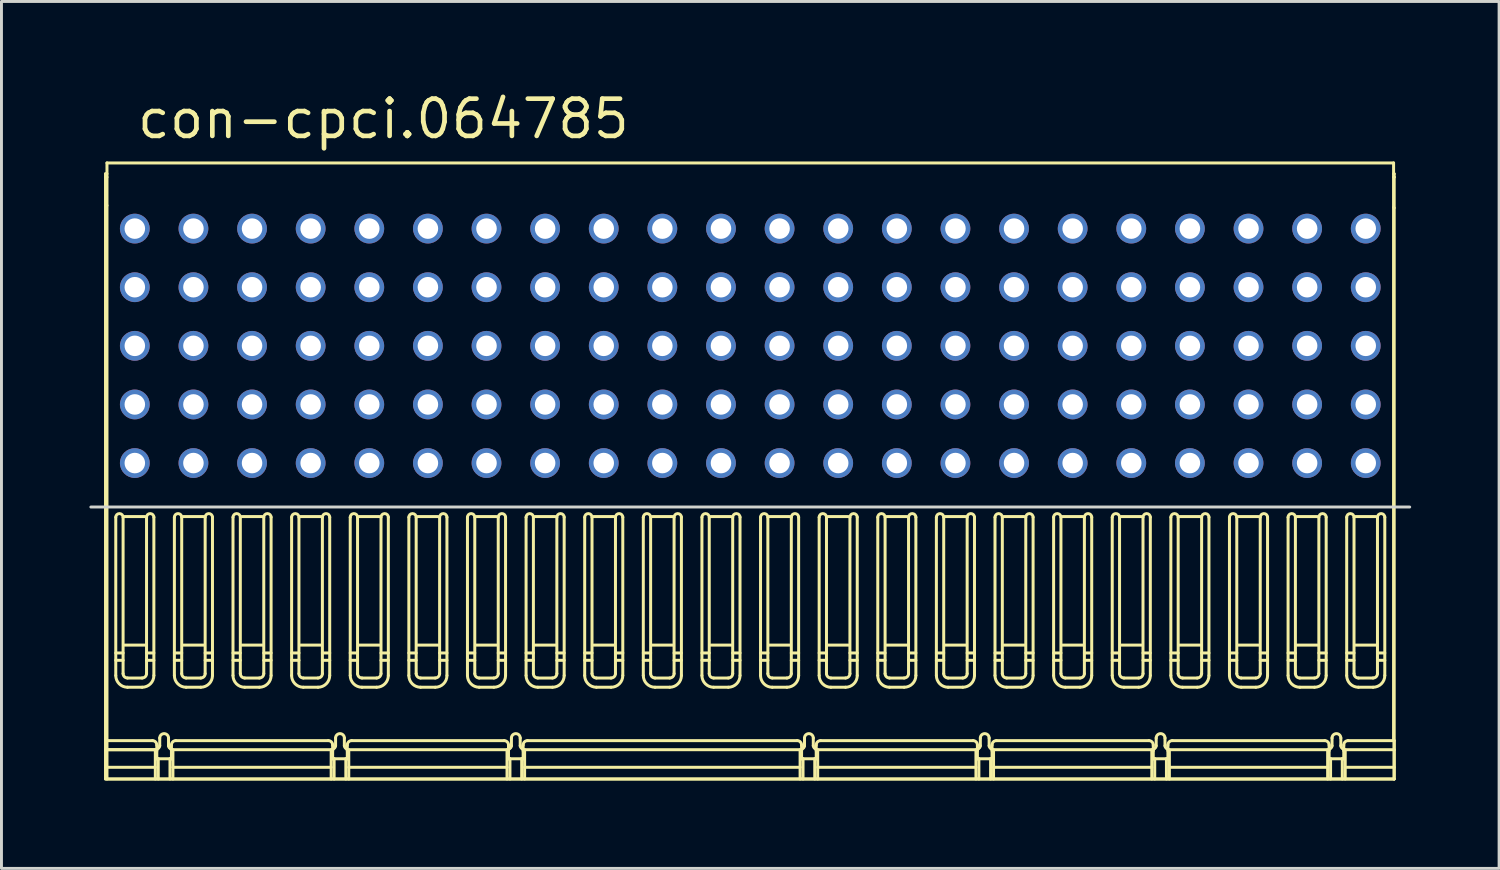
<source format=kicad_pcb>
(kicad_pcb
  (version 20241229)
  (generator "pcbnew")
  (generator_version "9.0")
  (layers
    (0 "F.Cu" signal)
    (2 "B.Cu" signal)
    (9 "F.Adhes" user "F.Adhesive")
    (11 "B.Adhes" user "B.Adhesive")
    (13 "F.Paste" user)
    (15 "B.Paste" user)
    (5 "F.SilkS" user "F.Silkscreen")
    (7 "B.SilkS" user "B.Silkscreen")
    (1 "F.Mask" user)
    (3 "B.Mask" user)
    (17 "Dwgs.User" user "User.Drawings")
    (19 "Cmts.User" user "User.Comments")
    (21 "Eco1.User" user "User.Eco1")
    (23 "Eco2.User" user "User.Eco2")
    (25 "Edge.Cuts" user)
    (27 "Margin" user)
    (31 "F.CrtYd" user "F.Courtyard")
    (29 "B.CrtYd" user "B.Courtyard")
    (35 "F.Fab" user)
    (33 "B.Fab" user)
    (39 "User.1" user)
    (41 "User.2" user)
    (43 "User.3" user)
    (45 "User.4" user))
  (footprint "con-cpci.064785"
    (layer "F.Cu")
    (at 22.55 12.75)
    (property "Reference" "con-cpci.064785" (at -21 -11 0) (layer "F.SilkS") (effects (font (size 1.27 1.27) (thickness 0.16)) (justify left bottom)))
    (attr through_hole)
    (fp_line (start -22 -9.87) (end -21.95 -9.87) (stroke (width 0.102) (type default)) (layer "F.SilkS"))
    (fp_line (start -22 -9.756) (end -22 -9.87) (stroke (width 0.102) (type default)) (layer "F.SilkS"))
    (fp_line (start -22 9.78) (end -20.3 9.78) (stroke (width 0.102) (type default)) (layer "F.SilkS"))
    (fp_line (start -22 10.38) (end -20.3 10.38) (stroke (width 0.102) (type default)) (layer "F.SilkS"))
    (fp_line (start -22 10.78) (end -22 -9.756) (stroke (width 0.102) (type default)) (layer "F.SilkS"))
    (fp_line (start -21.95 -10.24) (end -21.95 9.47) (stroke (width 0.102) (type default)) (layer "F.SilkS"))
    (fp_line (start -21.95 -9.756) (end -22 -9.756) (stroke (width 0.102) (type default)) (layer "F.SilkS"))
    (fp_line (start -21.95 -8.789) (end -21.973 -8.77) (stroke (width 0.102) (type default)) (layer "F.SilkS"))
    (fp_line (start -21.95 9.47) (end -20.4 9.47) (stroke (width 0.102) (type default)) (layer "F.SilkS"))
    (fp_line (start -21.95 9.78) (end -20.3 9.78) (stroke (width 0.102) (type default)) (layer "F.SilkS"))
    (fp_line (start -21.95 10.78) (end -21.95 9.47) (stroke (width 0.102) (type default)) (layer "F.SilkS"))
    (fp_line (start -21.65 1.849) (end -21.65 7.249) (stroke (width 0.102) (type default)) (layer "F.SilkS"))
    (fp_line (start -21.65 6.73) (end -21.4 6.73) (stroke (width 0.102) (type default)) (layer "F.SilkS"))
    (fp_line (start -21.4 6.48) (end -21.65 6.48) (stroke (width 0.102) (type default)) (layer "F.SilkS"))
    (fp_line (start -21.4 7.184) (end -21.4 1.849) (stroke (width 0.102) (type default)) (layer "F.SilkS"))
    (fp_line (start -21.35 1.826) (end -20.65 1.826) (stroke (width 0.102) (type default)) (layer "F.SilkS"))
    (fp_line (start -21.25 7.649) (end -20.75 7.649) (stroke (width 0.102) (type default)) (layer "F.SilkS"))
    (fp_line (start -20.75 7.334) (end -21.25 7.334) (stroke (width 0.102) (type default)) (layer "F.SilkS"))
    (fp_line (start -20.65 6.212) (end -21.35 6.212) (stroke (width 0.102) (type default)) (layer "F.SilkS"))
    (fp_line (start -20.6 1.849) (end -20.6 7.184) (stroke (width 0.102) (type default)) (layer "F.SilkS"))
    (fp_line (start -20.6 6.73) (end -20.35 6.73) (stroke (width 0.102) (type default)) (layer "F.SilkS"))
    (fp_line (start -20.35 6.48) (end -20.6 6.48) (stroke (width 0.102) (type default)) (layer "F.SilkS"))
    (fp_line (start -20.35 7.249) (end -20.35 1.849) (stroke (width 0.102) (type default)) (layer "F.SilkS"))
    (fp_line (start -20.3 9.78) (end -20.3 10.78) (stroke (width 0.102) (type default)) (layer "F.SilkS"))
    (fp_line (start -20.25 9.62) (end -20.25 10.09) (stroke (width 0.102) (type default)) (layer "F.SilkS"))
    (fp_line (start -20.25 10.09) (end -20.2 10.09) (stroke (width 0.102) (type default)) (layer "F.SilkS"))
    (fp_line (start -20.25 10.09) (end -19.75 10.09) (stroke (width 0.102) (type default)) (layer "F.SilkS"))
    (fp_line (start -20.2 10.09) (end -20.2 10.78) (stroke (width 0.102) (type default)) (layer "F.SilkS"))
    (fp_line (start -20.15 9.382) (end -20.15 9.644) (stroke (width 0.102) (type default)) (layer "F.SilkS"))
    (fp_line (start -19.85 9.644) (end -19.85 9.382) (stroke (width 0.102) (type default)) (layer "F.SilkS"))
    (fp_line (start -19.8 10.09) (end -19.8 10.78) (stroke (width 0.102) (type default)) (layer "F.SilkS"))
    (fp_line (start -19.75 10.09) (end -19.8 10.09) (stroke (width 0.102) (type default)) (layer "F.SilkS"))
    (fp_line (start -19.75 10.09) (end -19.75 9.62) (stroke (width 0.102) (type default)) (layer "F.SilkS"))
    (fp_line (start -19.7 9.78) (end -19.7 10.78) (stroke (width 0.102) (type default)) (layer "F.SilkS"))
    (fp_line (start -19.7 9.78) (end -14.3 9.78) (stroke (width 0.102) (type default)) (layer "F.SilkS"))
    (fp_line (start -19.7 10.38) (end -14.3 10.38) (stroke (width 0.102) (type default)) (layer "F.SilkS"))
    (fp_line (start -19.65 1.849) (end -19.65 7.249) (stroke (width 0.102) (type default)) (layer "F.SilkS"))
    (fp_line (start -19.65 6.73) (end -19.4 6.73) (stroke (width 0.102) (type default)) (layer "F.SilkS"))
    (fp_line (start -19.6 9.47) (end -14.4 9.47) (stroke (width 0.102) (type default)) (layer "F.SilkS"))
    (fp_line (start -19.4 6.48) (end -19.65 6.48) (stroke (width 0.102) (type default)) (layer "F.SilkS"))
    (fp_line (start -19.4 7.184) (end -19.4 1.849) (stroke (width 0.102) (type default)) (layer "F.SilkS"))
    (fp_line (start -19.35 1.826) (end -18.65 1.826) (stroke (width 0.102) (type default)) (layer "F.SilkS"))
    (fp_line (start -19.25 7.649) (end -18.75 7.649) (stroke (width 0.102) (type default)) (layer "F.SilkS"))
    (fp_line (start -18.75 7.334) (end -19.25 7.334) (stroke (width 0.102) (type default)) (layer "F.SilkS"))
    (fp_line (start -18.65 6.212) (end -19.35 6.212) (stroke (width 0.102) (type default)) (layer "F.SilkS"))
    (fp_line (start -18.6 1.849) (end -18.6 7.184) (stroke (width 0.102) (type default)) (layer "F.SilkS"))
    (fp_line (start -18.6 6.73) (end -18.35 6.73) (stroke (width 0.102) (type default)) (layer "F.SilkS"))
    (fp_line (start -18.35 6.48) (end -18.6 6.48) (stroke (width 0.102) (type default)) (layer "F.SilkS"))
    (fp_line (start -18.35 7.249) (end -18.35 1.849) (stroke (width 0.102) (type default)) (layer "F.SilkS"))
    (fp_line (start -17.65 1.849) (end -17.65 7.249) (stroke (width 0.102) (type default)) (layer "F.SilkS"))
    (fp_line (start -17.65 6.73) (end -17.4 6.73) (stroke (width 0.102) (type default)) (layer "F.SilkS"))
    (fp_line (start -17.4 6.48) (end -17.65 6.48) (stroke (width 0.102) (type default)) (layer "F.SilkS"))
    (fp_line (start -17.4 7.184) (end -17.4 1.849) (stroke (width 0.102) (type default)) (layer "F.SilkS"))
    (fp_line (start -17.35 1.826) (end -16.65 1.826) (stroke (width 0.102) (type default)) (layer "F.SilkS"))
    (fp_line (start -17.25 7.649) (end -16.75 7.649) (stroke (width 0.102) (type default)) (layer "F.SilkS"))
    (fp_line (start -16.75 7.334) (end -17.25 7.334) (stroke (width 0.102) (type default)) (layer "F.SilkS"))
    (fp_line (start -16.65 6.212) (end -17.35 6.212) (stroke (width 0.102) (type default)) (layer "F.SilkS"))
    (fp_line (start -16.6 1.849) (end -16.6 7.184) (stroke (width 0.102) (type default)) (layer "F.SilkS"))
    (fp_line (start -16.6 6.73) (end -16.35 6.73) (stroke (width 0.102) (type default)) (layer "F.SilkS"))
    (fp_line (start -16.35 6.48) (end -16.6 6.48) (stroke (width 0.102) (type default)) (layer "F.SilkS"))
    (fp_line (start -16.35 7.249) (end -16.35 1.849) (stroke (width 0.102) (type default)) (layer "F.SilkS"))
    (fp_line (start -15.65 1.849) (end -15.65 7.249) (stroke (width 0.102) (type default)) (layer "F.SilkS"))
    (fp_line (start -15.65 6.73) (end -15.4 6.73) (stroke (width 0.102) (type default)) (layer "F.SilkS"))
    (fp_line (start -15.4 6.48) (end -15.65 6.48) (stroke (width 0.102) (type default)) (layer "F.SilkS"))
    (fp_line (start -15.4 7.184) (end -15.4 1.849) (stroke (width 0.102) (type default)) (layer "F.SilkS"))
    (fp_line (start -15.35 1.826) (end -14.65 1.826) (stroke (width 0.102) (type default)) (layer "F.SilkS"))
    (fp_line (start -15.25 7.649) (end -14.75 7.649) (stroke (width 0.102) (type default)) (layer "F.SilkS"))
    (fp_line (start -14.75 7.334) (end -15.25 7.334) (stroke (width 0.102) (type default)) (layer "F.SilkS"))
    (fp_line (start -14.65 6.212) (end -15.35 6.212) (stroke (width 0.102) (type default)) (layer "F.SilkS"))
    (fp_line (start -14.6 1.849) (end -14.6 7.184) (stroke (width 0.102) (type default)) (layer "F.SilkS"))
    (fp_line (start -14.6 6.73) (end -14.35 6.73) (stroke (width 0.102) (type default)) (layer "F.SilkS"))
    (fp_line (start -14.35 6.48) (end -14.6 6.48) (stroke (width 0.102) (type default)) (layer "F.SilkS"))
    (fp_line (start -14.35 7.249) (end -14.35 1.849) (stroke (width 0.102) (type default)) (layer "F.SilkS"))
    (fp_line (start -14.3 9.78) (end -14.3 10.78) (stroke (width 0.102) (type default)) (layer "F.SilkS"))
    (fp_line (start -14.25 9.62) (end -14.25 10.09) (stroke (width 0.102) (type default)) (layer "F.SilkS"))
    (fp_line (start -14.25 10.09) (end -14.2 10.09) (stroke (width 0.102) (type default)) (layer "F.SilkS"))
    (fp_line (start -14.25 10.09) (end -13.75 10.09) (stroke (width 0.102) (type default)) (layer "F.SilkS"))
    (fp_line (start -14.2 10.09) (end -14.2 10.78) (stroke (width 0.102) (type default)) (layer "F.SilkS"))
    (fp_line (start -14.15 9.382) (end -14.15 9.644) (stroke (width 0.102) (type default)) (layer "F.SilkS"))
    (fp_line (start -13.85 9.644) (end -13.85 9.382) (stroke (width 0.102) (type default)) (layer "F.SilkS"))
    (fp_line (start -13.8 10.09) (end -13.8 10.78) (stroke (width 0.102) (type default)) (layer "F.SilkS"))
    (fp_line (start -13.75 10.09) (end -13.8 10.09) (stroke (width 0.102) (type default)) (layer "F.SilkS"))
    (fp_line (start -13.75 10.09) (end -13.75 9.62) (stroke (width 0.102) (type default)) (layer "F.SilkS"))
    (fp_line (start -13.7 9.78) (end -13.7 10.78) (stroke (width 0.102) (type default)) (layer "F.SilkS"))
    (fp_line (start -13.7 9.78) (end -8.3 9.78) (stroke (width 0.102) (type default)) (layer "F.SilkS"))
    (fp_line (start -13.7 10.38) (end -8.3 10.38) (stroke (width 0.102) (type default)) (layer "F.SilkS"))
    (fp_line (start -13.65 1.849) (end -13.65 7.249) (stroke (width 0.102) (type default)) (layer "F.SilkS"))
    (fp_line (start -13.65 6.73) (end -13.4 6.73) (stroke (width 0.102) (type default)) (layer "F.SilkS"))
    (fp_line (start -13.6 9.47) (end -8.4 9.47) (stroke (width 0.102) (type default)) (layer "F.SilkS"))
    (fp_line (start -13.4 6.48) (end -13.65 6.48) (stroke (width 0.102) (type default)) (layer "F.SilkS"))
    (fp_line (start -13.4 7.184) (end -13.4 1.849) (stroke (width 0.102) (type default)) (layer "F.SilkS"))
    (fp_line (start -13.35 1.826) (end -12.65 1.826) (stroke (width 0.102) (type default)) (layer "F.SilkS"))
    (fp_line (start -13.25 7.649) (end -12.75 7.649) (stroke (width 0.102) (type default)) (layer "F.SilkS"))
    (fp_line (start -12.75 7.334) (end -13.25 7.334) (stroke (width 0.102) (type default)) (layer "F.SilkS"))
    (fp_line (start -12.65 6.212) (end -13.35 6.212) (stroke (width 0.102) (type default)) (layer "F.SilkS"))
    (fp_line (start -12.6 1.849) (end -12.6 7.184) (stroke (width 0.102) (type default)) (layer "F.SilkS"))
    (fp_line (start -12.6 6.73) (end -12.35 6.73) (stroke (width 0.102) (type default)) (layer "F.SilkS"))
    (fp_line (start -12.35 6.48) (end -12.6 6.48) (stroke (width 0.102) (type default)) (layer "F.SilkS"))
    (fp_line (start -12.35 7.249) (end -12.35 1.849) (stroke (width 0.102) (type default)) (layer "F.SilkS"))
    (fp_line (start -11.65 1.849) (end -11.65 7.249) (stroke (width 0.102) (type default)) (layer "F.SilkS"))
    (fp_line (start -11.65 6.73) (end -11.4 6.73) (stroke (width 0.102) (type default)) (layer "F.SilkS"))
    (fp_line (start -11.4 6.48) (end -11.65 6.48) (stroke (width 0.102) (type default)) (layer "F.SilkS"))
    (fp_line (start -11.4 7.184) (end -11.4 1.849) (stroke (width 0.102) (type default)) (layer "F.SilkS"))
    (fp_line (start -11.35 1.826) (end -10.65 1.826) (stroke (width 0.102) (type default)) (layer "F.SilkS"))
    (fp_line (start -11.25 7.649) (end -10.75 7.649) (stroke (width 0.102) (type default)) (layer "F.SilkS"))
    (fp_line (start -10.75 7.334) (end -11.25 7.334) (stroke (width 0.102) (type default)) (layer "F.SilkS"))
    (fp_line (start -10.65 6.212) (end -11.35 6.212) (stroke (width 0.102) (type default)) (layer "F.SilkS"))
    (fp_line (start -10.6 1.849) (end -10.6 7.184) (stroke (width 0.102) (type default)) (layer "F.SilkS"))
    (fp_line (start -10.6 6.73) (end -10.35 6.73) (stroke (width 0.102) (type default)) (layer "F.SilkS"))
    (fp_line (start -10.35 6.48) (end -10.6 6.48) (stroke (width 0.102) (type default)) (layer "F.SilkS"))
    (fp_line (start -10.35 7.249) (end -10.35 1.849) (stroke (width 0.102) (type default)) (layer "F.SilkS"))
    (fp_line (start -9.65 1.849) (end -9.65 7.249) (stroke (width 0.102) (type default)) (layer "F.SilkS"))
    (fp_line (start -9.65 6.73) (end -9.4 6.73) (stroke (width 0.102) (type default)) (layer "F.SilkS"))
    (fp_line (start -9.4 6.48) (end -9.65 6.48) (stroke (width 0.102) (type default)) (layer "F.SilkS"))
    (fp_line (start -9.4 7.184) (end -9.4 1.849) (stroke (width 0.102) (type default)) (layer "F.SilkS"))
    (fp_line (start -9.35 1.826) (end -8.65 1.826) (stroke (width 0.102) (type default)) (layer "F.SilkS"))
    (fp_line (start -9.25 7.649) (end -8.75 7.649) (stroke (width 0.102) (type default)) (layer "F.SilkS"))
    (fp_line (start -8.75 7.334) (end -9.25 7.334) (stroke (width 0.102) (type default)) (layer "F.SilkS"))
    (fp_line (start -8.65 6.212) (end -9.35 6.212) (stroke (width 0.102) (type default)) (layer "F.SilkS"))
    (fp_line (start -8.6 1.849) (end -8.6 7.184) (stroke (width 0.102) (type default)) (layer "F.SilkS"))
    (fp_line (start -8.6 6.73) (end -8.35 6.73) (stroke (width 0.102) (type default)) (layer "F.SilkS"))
    (fp_line (start -8.35 6.48) (end -8.6 6.48) (stroke (width 0.102) (type default)) (layer "F.SilkS"))
    (fp_line (start -8.35 7.249) (end -8.35 1.849) (stroke (width 0.102) (type default)) (layer "F.SilkS"))
    (fp_line (start -8.3 10.78) (end -8.3 9.78) (stroke (width 0.102) (type default)) (layer "F.SilkS"))
    (fp_line (start -8.25 9.62) (end -8.25 10.09) (stroke (width 0.102) (type default)) (layer "F.SilkS"))
    (fp_line (start -8.25 10.09) (end -8.2 10.09) (stroke (width 0.102) (type default)) (layer "F.SilkS"))
    (fp_line (start -8.25 10.09) (end -7.75 10.09) (stroke (width 0.102) (type default)) (layer "F.SilkS"))
    (fp_line (start -8.2 10.09) (end -8.2 10.78) (stroke (width 0.102) (type default)) (layer "F.SilkS"))
    (fp_line (start -8.15 9.382) (end -8.15 9.644) (stroke (width 0.102) (type default)) (layer "F.SilkS"))
    (fp_line (start -7.85 9.644) (end -7.85 9.382) (stroke (width 0.102) (type default)) (layer "F.SilkS"))
    (fp_line (start -7.8 10.09) (end -7.8 10.78) (stroke (width 0.102) (type default)) (layer "F.SilkS"))
    (fp_line (start -7.75 10.09) (end -7.8 10.09) (stroke (width 0.102) (type default)) (layer "F.SilkS"))
    (fp_line (start -7.75 10.09) (end -7.75 9.62) (stroke (width 0.102) (type default)) (layer "F.SilkS"))
    (fp_line (start -7.7 10.78) (end -7.7 9.78) (stroke (width 0.102) (type default)) (layer "F.SilkS"))
    (fp_line (start -7.65 1.849) (end -7.65 7.249) (stroke (width 0.102) (type default)) (layer "F.SilkS"))
    (fp_line (start -7.65 6.73) (end -7.4 6.73) (stroke (width 0.102) (type default)) (layer "F.SilkS"))
    (fp_line (start -7.6 9.47) (end 1.6 9.47) (stroke (width 0.102) (type default)) (layer "F.SilkS"))
    (fp_line (start -7.4 6.48) (end -7.65 6.48) (stroke (width 0.102) (type default)) (layer "F.SilkS"))
    (fp_line (start -7.4 7.184) (end -7.4 1.849) (stroke (width 0.102) (type default)) (layer "F.SilkS"))
    (fp_line (start -7.35 1.826) (end -6.65 1.826) (stroke (width 0.102) (type default)) (layer "F.SilkS"))
    (fp_line (start -7.25 7.649) (end -6.75 7.649) (stroke (width 0.102) (type default)) (layer "F.SilkS"))
    (fp_line (start -6.75 7.334) (end -7.25 7.334) (stroke (width 0.102) (type default)) (layer "F.SilkS"))
    (fp_line (start -6.65 6.212) (end -7.35 6.212) (stroke (width 0.102) (type default)) (layer "F.SilkS"))
    (fp_line (start -6.6 1.849) (end -6.6 7.184) (stroke (width 0.102) (type default)) (layer "F.SilkS"))
    (fp_line (start -6.6 6.73) (end -6.35 6.73) (stroke (width 0.102) (type default)) (layer "F.SilkS"))
    (fp_line (start -6.35 6.48) (end -6.6 6.48) (stroke (width 0.102) (type default)) (layer "F.SilkS"))
    (fp_line (start -6.35 7.249) (end -6.35 1.849) (stroke (width 0.102) (type default)) (layer "F.SilkS"))
    (fp_line (start -5.65 1.849) (end -5.65 7.249) (stroke (width 0.102) (type default)) (layer "F.SilkS"))
    (fp_line (start -5.65 6.73) (end -5.4 6.73) (stroke (width 0.102) (type default)) (layer "F.SilkS"))
    (fp_line (start -5.4 6.48) (end -5.65 6.48) (stroke (width 0.102) (type default)) (layer "F.SilkS"))
    (fp_line (start -5.4 7.184) (end -5.4 1.849) (stroke (width 0.102) (type default)) (layer "F.SilkS"))
    (fp_line (start -5.35 1.826) (end -4.65 1.826) (stroke (width 0.102) (type default)) (layer "F.SilkS"))
    (fp_line (start -5.25 7.649) (end -4.75 7.649) (stroke (width 0.102) (type default)) (layer "F.SilkS"))
    (fp_line (start -4.75 7.334) (end -5.25 7.334) (stroke (width 0.102) (type default)) (layer "F.SilkS"))
    (fp_line (start -4.65 6.212) (end -5.35 6.212) (stroke (width 0.102) (type default)) (layer "F.SilkS"))
    (fp_line (start -4.6 1.849) (end -4.6 7.184) (stroke (width 0.102) (type default)) (layer "F.SilkS"))
    (fp_line (start -4.6 6.73) (end -4.35 6.73) (stroke (width 0.102) (type default)) (layer "F.SilkS"))
    (fp_line (start -4.35 6.48) (end -4.6 6.48) (stroke (width 0.102) (type default)) (layer "F.SilkS"))
    (fp_line (start -4.35 7.249) (end -4.35 1.849) (stroke (width 0.102) (type default)) (layer "F.SilkS"))
    (fp_line (start -3.65 1.849) (end -3.65 7.249) (stroke (width 0.102) (type default)) (layer "F.SilkS"))
    (fp_line (start -3.65 6.48) (end -3.4 6.48) (stroke (width 0.102) (type default)) (layer "F.SilkS"))
    (fp_line (start -3.4 6.73) (end -3.65 6.73) (stroke (width 0.102) (type default)) (layer "F.SilkS"))
    (fp_line (start -3.4 7.184) (end -3.4 1.849) (stroke (width 0.102) (type default)) (layer "F.SilkS"))
    (fp_line (start -3.35 1.826) (end -2.65 1.826) (stroke (width 0.102) (type default)) (layer "F.SilkS"))
    (fp_line (start -3.25 7.649) (end -2.75 7.649) (stroke (width 0.102) (type default)) (layer "F.SilkS"))
    (fp_line (start -2.75 7.334) (end -3.25 7.334) (stroke (width 0.102) (type default)) (layer "F.SilkS"))
    (fp_line (start -2.65 6.212) (end -3.35 6.212) (stroke (width 0.102) (type default)) (layer "F.SilkS"))
    (fp_line (start -2.6 1.849) (end -2.6 7.184) (stroke (width 0.102) (type default)) (layer "F.SilkS"))
    (fp_line (start -2.6 6.48) (end -2.35 6.48) (stroke (width 0.102) (type default)) (layer "F.SilkS"))
    (fp_line (start -2.35 6.73) (end -2.6 6.73) (stroke (width 0.102) (type default)) (layer "F.SilkS"))
    (fp_line (start -2.35 7.249) (end -2.35 1.849) (stroke (width 0.102) (type default)) (layer "F.SilkS"))
    (fp_line (start -1.65 1.849) (end -1.65 7.249) (stroke (width 0.102) (type default)) (layer "F.SilkS"))
    (fp_line (start -1.65 6.48) (end -1.4 6.48) (stroke (width 0.102) (type default)) (layer "F.SilkS"))
    (fp_line (start -1.4 6.73) (end -1.65 6.73) (stroke (width 0.102) (type default)) (layer "F.SilkS"))
    (fp_line (start -1.4 7.184) (end -1.4 1.849) (stroke (width 0.102) (type default)) (layer "F.SilkS"))
    (fp_line (start -1.35 1.826) (end -0.65 1.826) (stroke (width 0.102) (type default)) (layer "F.SilkS"))
    (fp_line (start -1.25 7.649) (end -0.75 7.649) (stroke (width 0.102) (type default)) (layer "F.SilkS"))
    (fp_line (start -0.75 7.334) (end -1.25 7.334) (stroke (width 0.102) (type default)) (layer "F.SilkS"))
    (fp_line (start -0.65 6.212) (end -1.35 6.212) (stroke (width 0.102) (type default)) (layer "F.SilkS"))
    (fp_line (start -0.6 1.849) (end -0.6 7.184) (stroke (width 0.102) (type default)) (layer "F.SilkS"))
    (fp_line (start -0.6 6.48) (end -0.35 6.48) (stroke (width 0.102) (type default)) (layer "F.SilkS"))
    (fp_line (start -0.35 6.73) (end -0.6 6.73) (stroke (width 0.102) (type default)) (layer "F.SilkS"))
    (fp_line (start -0.35 7.249) (end -0.35 1.849) (stroke (width 0.102) (type default)) (layer "F.SilkS"))
    (fp_line (start 0.35 1.849) (end 0.35 7.249) (stroke (width 0.102) (type default)) (layer "F.SilkS"))
    (fp_line (start 0.35 6.48) (end 0.6 6.48) (stroke (width 0.102) (type default)) (layer "F.SilkS"))
    (fp_line (start 0.6 6.73) (end 0.35 6.73) (stroke (width 0.102) (type default)) (layer "F.SilkS"))
    (fp_line (start 0.6 7.184) (end 0.6 1.849) (stroke (width 0.102) (type default)) (layer "F.SilkS"))
    (fp_line (start 0.65 1.826) (end 1.35 1.826) (stroke (width 0.102) (type default)) (layer "F.SilkS"))
    (fp_line (start 0.75 7.649) (end 1.25 7.649) (stroke (width 0.102) (type default)) (layer "F.SilkS"))
    (fp_line (start 1.25 7.334) (end 0.75 7.334) (stroke (width 0.102) (type default)) (layer "F.SilkS"))
    (fp_line (start 1.35 6.212) (end 0.65 6.212) (stroke (width 0.102) (type default)) (layer "F.SilkS"))
    (fp_line (start 1.4 1.849) (end 1.4 7.184) (stroke (width 0.102) (type default)) (layer "F.SilkS"))
    (fp_line (start 1.4 6.48) (end 1.65 6.48) (stroke (width 0.102) (type default)) (layer "F.SilkS"))
    (fp_line (start 1.65 6.73) (end 1.4 6.73) (stroke (width 0.102) (type default)) (layer "F.SilkS"))
    (fp_line (start 1.65 7.249) (end 1.65 1.849) (stroke (width 0.102) (type default)) (layer "F.SilkS"))
    (fp_line (start 1.7 9.78) (end -7.7 9.78) (stroke (width 0.102) (type default)) (layer "F.SilkS"))
    (fp_line (start 1.7 10.38) (end -7.7 10.38) (stroke (width 0.102) (type default)) (layer "F.SilkS"))
    (fp_line (start 1.7 10.78) (end 1.7 9.78) (stroke (width 0.102) (type default)) (layer "F.SilkS"))
    (fp_line (start 1.75 10.09) (end 1.8 10.09) (stroke (width 0.102) (type default)) (layer "F.SilkS"))
    (fp_line (start 1.75 9.62) (end 1.75 10.09) (stroke (width 0.102) (type default)) (layer "F.SilkS"))
    (fp_line (start 1.75 10.09) (end 2.25 10.09) (stroke (width 0.102) (type default)) (layer "F.SilkS"))
    (fp_line (start 1.8 10.09) (end 1.8 10.78) (stroke (width 0.102) (type default)) (layer "F.SilkS"))
    (fp_line (start 1.85 9.644) (end 1.85 9.382) (stroke (width 0.102) (type default)) (layer "F.SilkS"))
    (fp_line (start 2.15 9.382) (end 2.15 9.644) (stroke (width 0.102) (type default)) (layer "F.SilkS"))
    (fp_line (start 2.2 10.09) (end 2.2 10.78) (stroke (width 0.102) (type default)) (layer "F.SilkS"))
    (fp_line (start 2.25 10.09) (end 2.2 10.09) (stroke (width 0.102) (type default)) (layer "F.SilkS"))
    (fp_line (start 2.25 10.09) (end 2.25 9.62) (stroke (width 0.102) (type default)) (layer "F.SilkS"))
    (fp_line (start 2.3 10.78) (end 2.3 9.78) (stroke (width 0.102) (type default)) (layer "F.SilkS"))
    (fp_line (start 2.35 1.849) (end 2.35 7.249) (stroke (width 0.102) (type default)) (layer "F.SilkS"))
    (fp_line (start 2.35 6.48) (end 2.6 6.48) (stroke (width 0.102) (type default)) (layer "F.SilkS"))
    (fp_line (start 2.4 9.47) (end 7.6 9.47) (stroke (width 0.102) (type default)) (layer "F.SilkS"))
    (fp_line (start 2.6 6.73) (end 2.35 6.73) (stroke (width 0.102) (type default)) (layer "F.SilkS"))
    (fp_line (start 2.6 7.184) (end 2.6 1.849) (stroke (width 0.102) (type default)) (layer "F.SilkS"))
    (fp_line (start 2.65 1.826) (end 3.35 1.826) (stroke (width 0.102) (type default)) (layer "F.SilkS"))
    (fp_line (start 2.75 7.649) (end 3.25 7.649) (stroke (width 0.102) (type default)) (layer "F.SilkS"))
    (fp_line (start 3.25 7.334) (end 2.75 7.334) (stroke (width 0.102) (type default)) (layer "F.SilkS"))
    (fp_line (start 3.35 6.212) (end 2.65 6.212) (stroke (width 0.102) (type default)) (layer "F.SilkS"))
    (fp_line (start 3.4 1.849) (end 3.4 7.184) (stroke (width 0.102) (type default)) (layer "F.SilkS"))
    (fp_line (start 3.4 6.48) (end 3.65 6.48) (stroke (width 0.102) (type default)) (layer "F.SilkS"))
    (fp_line (start 3.65 6.73) (end 3.4 6.73) (stroke (width 0.102) (type default)) (layer "F.SilkS"))
    (fp_line (start 3.65 7.249) (end 3.65 1.849) (stroke (width 0.102) (type default)) (layer "F.SilkS"))
    (fp_line (start 4.35 1.849) (end 4.35 7.249) (stroke (width 0.102) (type default)) (layer "F.SilkS"))
    (fp_line (start 4.35 6.48) (end 4.6 6.48) (stroke (width 0.102) (type default)) (layer "F.SilkS"))
    (fp_line (start 4.6 6.73) (end 4.35 6.73) (stroke (width 0.102) (type default)) (layer "F.SilkS"))
    (fp_line (start 4.6 7.184) (end 4.6 1.849) (stroke (width 0.102) (type default)) (layer "F.SilkS"))
    (fp_line (start 4.65 1.826) (end 5.35 1.826) (stroke (width 0.102) (type default)) (layer "F.SilkS"))
    (fp_line (start 4.75 7.649) (end 5.25 7.649) (stroke (width 0.102) (type default)) (layer "F.SilkS"))
    (fp_line (start 5.25 7.334) (end 4.75 7.334) (stroke (width 0.102) (type default)) (layer "F.SilkS"))
    (fp_line (start 5.35 6.212) (end 4.65 6.212) (stroke (width 0.102) (type default)) (layer "F.SilkS"))
    (fp_line (start 5.4 1.849) (end 5.4 7.184) (stroke (width 0.102) (type default)) (layer "F.SilkS"))
    (fp_line (start 5.4 6.48) (end 5.65 6.48) (stroke (width 0.102) (type default)) (layer "F.SilkS"))
    (fp_line (start 5.65 6.73) (end 5.4 6.73) (stroke (width 0.102) (type default)) (layer "F.SilkS"))
    (fp_line (start 5.65 7.249) (end 5.65 1.849) (stroke (width 0.102) (type default)) (layer "F.SilkS"))
    (fp_line (start 6.35 1.849) (end 6.35 7.249) (stroke (width 0.102) (type default)) (layer "F.SilkS"))
    (fp_line (start 6.35 6.48) (end 6.6 6.48) (stroke (width 0.102) (type default)) (layer "F.SilkS"))
    (fp_line (start 6.6 6.73) (end 6.35 6.73) (stroke (width 0.102) (type default)) (layer "F.SilkS"))
    (fp_line (start 6.6 7.184) (end 6.6 1.849) (stroke (width 0.102) (type default)) (layer "F.SilkS"))
    (fp_line (start 6.65 1.826) (end 7.35 1.826) (stroke (width 0.102) (type default)) (layer "F.SilkS"))
    (fp_line (start 6.75 7.649) (end 7.25 7.649) (stroke (width 0.102) (type default)) (layer "F.SilkS"))
    (fp_line (start 7.25 7.334) (end 6.75 7.334) (stroke (width 0.102) (type default)) (layer "F.SilkS"))
    (fp_line (start 7.35 6.212) (end 6.65 6.212) (stroke (width 0.102) (type default)) (layer "F.SilkS"))
    (fp_line (start 7.4 1.849) (end 7.4 7.184) (stroke (width 0.102) (type default)) (layer "F.SilkS"))
    (fp_line (start 7.4 6.48) (end 7.65 6.48) (stroke (width 0.102) (type default)) (layer "F.SilkS"))
    (fp_line (start 7.65 6.73) (end 7.4 6.73) (stroke (width 0.102) (type default)) (layer "F.SilkS"))
    (fp_line (start 7.65 7.249) (end 7.65 1.849) (stroke (width 0.102) (type default)) (layer "F.SilkS"))
    (fp_line (start 7.7 9.78) (end 2.3 9.78) (stroke (width 0.102) (type default)) (layer "F.SilkS"))
    (fp_line (start 7.7 9.78) (end 7.7 10.78) (stroke (width 0.102) (type default)) (layer "F.SilkS"))
    (fp_line (start 7.7 10.38) (end 2.3 10.38) (stroke (width 0.102) (type default)) (layer "F.SilkS"))
    (fp_line (start 7.75 10.09) (end 7.8 10.09) (stroke (width 0.102) (type default)) (layer "F.SilkS"))
    (fp_line (start 7.75 9.62) (end 7.75 10.09) (stroke (width 0.102) (type default)) (layer "F.SilkS"))
    (fp_line (start 7.75 10.09) (end 8.25 10.09) (stroke (width 0.102) (type default)) (layer "F.SilkS"))
    (fp_line (start 7.8 10.09) (end 7.8 10.78) (stroke (width 0.102) (type default)) (layer "F.SilkS"))
    (fp_line (start 7.85 9.644) (end 7.85 9.382) (stroke (width 0.102) (type default)) (layer "F.SilkS"))
    (fp_line (start 8.15 9.382) (end 8.15 9.644) (stroke (width 0.102) (type default)) (layer "F.SilkS"))
    (fp_line (start 8.2 10.09) (end 8.2 10.78) (stroke (width 0.102) (type default)) (layer "F.SilkS"))
    (fp_line (start 8.25 10.09) (end 8.2 10.09) (stroke (width 0.102) (type default)) (layer "F.SilkS"))
    (fp_line (start 8.25 10.09) (end 8.25 9.62) (stroke (width 0.102) (type default)) (layer "F.SilkS"))
    (fp_line (start 8.3 9.78) (end 8.3 10.78) (stroke (width 0.102) (type default)) (layer "F.SilkS"))
    (fp_line (start 8.35 1.849) (end 8.35 7.249) (stroke (width 0.102) (type default)) (layer "F.SilkS"))
    (fp_line (start 8.35 6.48) (end 8.6 6.48) (stroke (width 0.102) (type default)) (layer "F.SilkS"))
    (fp_line (start 8.4 9.47) (end 13.6 9.47) (stroke (width 0.102) (type default)) (layer "F.SilkS"))
    (fp_line (start 8.6 6.73) (end 8.35 6.73) (stroke (width 0.102) (type default)) (layer "F.SilkS"))
    (fp_line (start 8.6 7.184) (end 8.6 1.849) (stroke (width 0.102) (type default)) (layer "F.SilkS"))
    (fp_line (start 8.65 1.826) (end 9.35 1.826) (stroke (width 0.102) (type default)) (layer "F.SilkS"))
    (fp_line (start 8.75 7.649) (end 9.25 7.649) (stroke (width 0.102) (type default)) (layer "F.SilkS"))
    (fp_line (start 9.25 7.334) (end 8.75 7.334) (stroke (width 0.102) (type default)) (layer "F.SilkS"))
    (fp_line (start 9.35 6.212) (end 8.65 6.212) (stroke (width 0.102) (type default)) (layer "F.SilkS"))
    (fp_line (start 9.4 1.849) (end 9.4 7.184) (stroke (width 0.102) (type default)) (layer "F.SilkS"))
    (fp_line (start 9.4 6.48) (end 9.65 6.48) (stroke (width 0.102) (type default)) (layer "F.SilkS"))
    (fp_line (start 9.65 6.73) (end 9.4 6.73) (stroke (width 0.102) (type default)) (layer "F.SilkS"))
    (fp_line (start 9.65 7.249) (end 9.65 1.849) (stroke (width 0.102) (type default)) (layer "F.SilkS"))
    (fp_line (start 10.35 1.849) (end 10.35 7.249) (stroke (width 0.102) (type default)) (layer "F.SilkS"))
    (fp_line (start 10.35 6.48) (end 10.6 6.48) (stroke (width 0.102) (type default)) (layer "F.SilkS"))
    (fp_line (start 10.6 6.73) (end 10.35 6.73) (stroke (width 0.102) (type default)) (layer "F.SilkS"))
    (fp_line (start 10.6 7.184) (end 10.6 1.849) (stroke (width 0.102) (type default)) (layer "F.SilkS"))
    (fp_line (start 10.65 1.826) (end 11.35 1.826) (stroke (width 0.102) (type default)) (layer "F.SilkS"))
    (fp_line (start 10.75 7.649) (end 11.25 7.649) (stroke (width 0.102) (type default)) (layer "F.SilkS"))
    (fp_line (start 11.25 7.334) (end 10.75 7.334) (stroke (width 0.102) (type default)) (layer "F.SilkS"))
    (fp_line (start 11.35 6.212) (end 10.65 6.212) (stroke (width 0.102) (type default)) (layer "F.SilkS"))
    (fp_line (start 11.4 1.849) (end 11.4 7.184) (stroke (width 0.102) (type default)) (layer "F.SilkS"))
    (fp_line (start 11.4 6.48) (end 11.65 6.48) (stroke (width 0.102) (type default)) (layer "F.SilkS"))
    (fp_line (start 11.65 6.73) (end 11.4 6.73) (stroke (width 0.102) (type default)) (layer "F.SilkS"))
    (fp_line (start 11.65 7.249) (end 11.65 1.849) (stroke (width 0.102) (type default)) (layer "F.SilkS"))
    (fp_line (start 12.35 1.849) (end 12.35 7.249) (stroke (width 0.102) (type default)) (layer "F.SilkS"))
    (fp_line (start 12.35 6.48) (end 12.6 6.48) (stroke (width 0.102) (type default)) (layer "F.SilkS"))
    (fp_line (start 12.6 6.73) (end 12.35 6.73) (stroke (width 0.102) (type default)) (layer "F.SilkS"))
    (fp_line (start 12.6 7.184) (end 12.6 1.849) (stroke (width 0.102) (type default)) (layer "F.SilkS"))
    (fp_line (start 12.65 1.826) (end 13.35 1.826) (stroke (width 0.102) (type default)) (layer "F.SilkS"))
    (fp_line (start 12.75 7.649) (end 13.25 7.649) (stroke (width 0.102) (type default)) (layer "F.SilkS"))
    (fp_line (start 13.25 7.334) (end 12.75 7.334) (stroke (width 0.102) (type default)) (layer "F.SilkS"))
    (fp_line (start 13.35 6.212) (end 12.65 6.212) (stroke (width 0.102) (type default)) (layer "F.SilkS"))
    (fp_line (start 13.4 1.849) (end 13.4 7.184) (stroke (width 0.102) (type default)) (layer "F.SilkS"))
    (fp_line (start 13.4 6.48) (end 13.65 6.48) (stroke (width 0.102) (type default)) (layer "F.SilkS"))
    (fp_line (start 13.65 6.73) (end 13.4 6.73) (stroke (width 0.102) (type default)) (layer "F.SilkS"))
    (fp_line (start 13.65 7.249) (end 13.65 1.849) (stroke (width 0.102) (type default)) (layer "F.SilkS"))
    (fp_line (start 13.7 9.78) (end 8.3 9.78) (stroke (width 0.102) (type default)) (layer "F.SilkS"))
    (fp_line (start 13.7 9.78) (end 13.7 10.78) (stroke (width 0.102) (type default)) (layer "F.SilkS"))
    (fp_line (start 13.7 10.38) (end 8.3 10.38) (stroke (width 0.102) (type default)) (layer "F.SilkS"))
    (fp_line (start 13.75 10.09) (end 13.8 10.09) (stroke (width 0.102) (type default)) (layer "F.SilkS"))
    (fp_line (start 13.75 9.62) (end 13.75 10.09) (stroke (width 0.102) (type default)) (layer "F.SilkS"))
    (fp_line (start 13.75 10.09) (end 14.25 10.09) (stroke (width 0.102) (type default)) (layer "F.SilkS"))
    (fp_line (start 13.8 10.09) (end 13.8 10.78) (stroke (width 0.102) (type default)) (layer "F.SilkS"))
    (fp_line (start 13.85 9.644) (end 13.85 9.382) (stroke (width 0.102) (type default)) (layer "F.SilkS"))
    (fp_line (start 14.15 9.382) (end 14.15 9.644) (stroke (width 0.102) (type default)) (layer "F.SilkS"))
    (fp_line (start 14.2 10.09) (end 14.2 10.78) (stroke (width 0.102) (type default)) (layer "F.SilkS"))
    (fp_line (start 14.25 10.09) (end 14.2 10.09) (stroke (width 0.102) (type default)) (layer "F.SilkS"))
    (fp_line (start 14.25 10.09) (end 14.25 9.62) (stroke (width 0.102) (type default)) (layer "F.SilkS"))
    (fp_line (start 14.3 9.78) (end 14.3 10.78) (stroke (width 0.102) (type default)) (layer "F.SilkS"))
    (fp_line (start 14.35 1.849) (end 14.35 7.249) (stroke (width 0.102) (type default)) (layer "F.SilkS"))
    (fp_line (start 14.35 6.48) (end 14.6 6.48) (stroke (width 0.102) (type default)) (layer "F.SilkS"))
    (fp_line (start 14.4 9.47) (end 19.6 9.47) (stroke (width 0.102) (type default)) (layer "F.SilkS"))
    (fp_line (start 14.6 6.73) (end 14.35 6.73) (stroke (width 0.102) (type default)) (layer "F.SilkS"))
    (fp_line (start 14.6 7.184) (end 14.6 1.849) (stroke (width 0.102) (type default)) (layer "F.SilkS"))
    (fp_line (start 14.65 1.826) (end 15.35 1.826) (stroke (width 0.102) (type default)) (layer "F.SilkS"))
    (fp_line (start 14.75 7.649) (end 15.25 7.649) (stroke (width 0.102) (type default)) (layer "F.SilkS"))
    (fp_line (start 15.25 7.334) (end 14.75 7.334) (stroke (width 0.102) (type default)) (layer "F.SilkS"))
    (fp_line (start 15.35 6.212) (end 14.65 6.212) (stroke (width 0.102) (type default)) (layer "F.SilkS"))
    (fp_line (start 15.4 1.849) (end 15.4 7.184) (stroke (width 0.102) (type default)) (layer "F.SilkS"))
    (fp_line (start 15.4 6.48) (end 15.65 6.48) (stroke (width 0.102) (type default)) (layer "F.SilkS"))
    (fp_line (start 15.65 6.73) (end 15.4 6.73) (stroke (width 0.102) (type default)) (layer "F.SilkS"))
    (fp_line (start 15.65 7.249) (end 15.65 1.849) (stroke (width 0.102) (type default)) (layer "F.SilkS"))
    (fp_line (start 16.35 1.849) (end 16.35 7.249) (stroke (width 0.102) (type default)) (layer "F.SilkS"))
    (fp_line (start 16.35 6.48) (end 16.6 6.48) (stroke (width 0.102) (type default)) (layer "F.SilkS"))
    (fp_line (start 16.6 6.73) (end 16.35 6.73) (stroke (width 0.102) (type default)) (layer "F.SilkS"))
    (fp_line (start 16.6 7.184) (end 16.6 1.849) (stroke (width 0.102) (type default)) (layer "F.SilkS"))
    (fp_line (start 16.65 1.826) (end 17.35 1.826) (stroke (width 0.102) (type default)) (layer "F.SilkS"))
    (fp_line (start 16.75 7.649) (end 17.25 7.649) (stroke (width 0.102) (type default)) (layer "F.SilkS"))
    (fp_line (start 17.25 7.334) (end 16.75 7.334) (stroke (width 0.102) (type default)) (layer "F.SilkS"))
    (fp_line (start 17.35 6.212) (end 16.65 6.212) (stroke (width 0.102) (type default)) (layer "F.SilkS"))
    (fp_line (start 17.4 1.849) (end 17.4 7.184) (stroke (width 0.102) (type default)) (layer "F.SilkS"))
    (fp_line (start 17.4 6.48) (end 17.65 6.48) (stroke (width 0.102) (type default)) (layer "F.SilkS"))
    (fp_line (start 17.65 6.73) (end 17.4 6.73) (stroke (width 0.102) (type default)) (layer "F.SilkS"))
    (fp_line (start 17.65 7.249) (end 17.65 1.849) (stroke (width 0.102) (type default)) (layer "F.SilkS"))
    (fp_line (start 18.35 1.849) (end 18.35 7.249) (stroke (width 0.102) (type default)) (layer "F.SilkS"))
    (fp_line (start 18.35 6.48) (end 18.6 6.48) (stroke (width 0.102) (type default)) (layer "F.SilkS"))
    (fp_line (start 18.6 6.73) (end 18.35 6.73) (stroke (width 0.102) (type default)) (layer "F.SilkS"))
    (fp_line (start 18.6 7.184) (end 18.6 1.849) (stroke (width 0.102) (type default)) (layer "F.SilkS"))
    (fp_line (start 18.65 1.826) (end 19.35 1.826) (stroke (width 0.102) (type default)) (layer "F.SilkS"))
    (fp_line (start 18.75 7.649) (end 19.25 7.649) (stroke (width 0.102) (type default)) (layer "F.SilkS"))
    (fp_line (start 19.25 7.334) (end 18.75 7.334) (stroke (width 0.102) (type default)) (layer "F.SilkS"))
    (fp_line (start 19.35 6.212) (end 18.65 6.212) (stroke (width 0.102) (type default)) (layer "F.SilkS"))
    (fp_line (start 19.4 1.849) (end 19.4 7.184) (stroke (width 0.102) (type default)) (layer "F.SilkS"))
    (fp_line (start 19.4 6.48) (end 19.65 6.48) (stroke (width 0.102) (type default)) (layer "F.SilkS"))
    (fp_line (start 19.65 6.73) (end 19.4 6.73) (stroke (width 0.102) (type default)) (layer "F.SilkS"))
    (fp_line (start 19.65 7.249) (end 19.65 1.849) (stroke (width 0.102) (type default)) (layer "F.SilkS"))
    (fp_line (start 19.7 9.78) (end 14.3 9.78) (stroke (width 0.102) (type default)) (layer "F.SilkS"))
    (fp_line (start 19.7 9.78) (end 19.7 10.78) (stroke (width 0.102) (type default)) (layer "F.SilkS"))
    (fp_line (start 19.7 10.38) (end 14.3 10.38) (stroke (width 0.102) (type default)) (layer "F.SilkS"))
    (fp_line (start 19.75 10.09) (end 19.8 10.09) (stroke (width 0.102) (type default)) (layer "F.SilkS"))
    (fp_line (start 19.75 9.62) (end 19.75 10.09) (stroke (width 0.102) (type default)) (layer "F.SilkS"))
    (fp_line (start 19.75 10.09) (end 20.25 10.09) (stroke (width 0.102) (type default)) (layer "F.SilkS"))
    (fp_line (start 19.8 10.09) (end 19.8 10.78) (stroke (width 0.102) (type default)) (layer "F.SilkS"))
    (fp_line (start 19.85 9.644) (end 19.85 9.382) (stroke (width 0.102) (type default)) (layer "F.SilkS"))
    (fp_line (start 20.15 9.382) (end 20.15 9.644) (stroke (width 0.102) (type default)) (layer "F.SilkS"))
    (fp_line (start 20.2 10.09) (end 20.2 10.78) (stroke (width 0.102) (type default)) (layer "F.SilkS"))
    (fp_line (start 20.25 10.09) (end 20.2 10.09) (stroke (width 0.102) (type default)) (layer "F.SilkS"))
    (fp_line (start 20.25 10.09) (end 20.25 9.62) (stroke (width 0.102) (type default)) (layer "F.SilkS"))
    (fp_line (start 20.3 9.78) (end 20.3 10.78) (stroke (width 0.102) (type default)) (layer "F.SilkS"))
    (fp_line (start 20.3 10.38) (end 21.97 10.38) (stroke (width 0.102) (type default)) (layer "F.SilkS"))
    (fp_line (start 20.35 1.849) (end 20.35 7.249) (stroke (width 0.102) (type default)) (layer "F.SilkS"))
    (fp_line (start 20.35 6.48) (end 20.6 6.48) (stroke (width 0.102) (type default)) (layer "F.SilkS"))
    (fp_line (start 20.4 9.47) (end 21.95 9.47) (stroke (width 0.102) (type default)) (layer "F.SilkS"))
    (fp_line (start 20.6 6.73) (end 20.35 6.73) (stroke (width 0.102) (type default)) (layer "F.SilkS"))
    (fp_line (start 20.6 7.184) (end 20.6 1.849) (stroke (width 0.102) (type default)) (layer "F.SilkS"))
    (fp_line (start 20.65 1.826) (end 21.35 1.826) (stroke (width 0.102) (type default)) (layer "F.SilkS"))
    (fp_line (start 20.75 7.649) (end 21.25 7.649) (stroke (width 0.102) (type default)) (layer "F.SilkS"))
    (fp_line (start 21.25 7.334) (end 20.75 7.334) (stroke (width 0.102) (type default)) (layer "F.SilkS"))
    (fp_line (start 21.35 6.212) (end 20.65 6.212) (stroke (width 0.102) (type default)) (layer "F.SilkS"))
    (fp_line (start 21.4 1.849) (end 21.4 7.184) (stroke (width 0.102) (type default)) (layer "F.SilkS"))
    (fp_line (start 21.4 6.48) (end 21.65 6.48) (stroke (width 0.102) (type default)) (layer "F.SilkS"))
    (fp_line (start 21.65 6.73) (end 21.4 6.73) (stroke (width 0.102) (type default)) (layer "F.SilkS"))
    (fp_line (start 21.65 7.249) (end 21.65 1.849) (stroke (width 0.102) (type default)) (layer "F.SilkS"))
    (fp_line (start 21.95 -10.24) (end -21.95 -10.24) (stroke (width 0.102) (type default)) (layer "F.SilkS"))
    (fp_line (start 21.95 -9.87) (end 21.97 -9.87) (stroke (width 0.102) (type default)) (layer "F.SilkS"))
    (fp_line (start 21.95 -8.723) (end 21.97 -8.706) (stroke (width 0.102) (type default)) (layer "F.SilkS"))
    (fp_line (start 21.95 9.47) (end 21.95 -10.24) (stroke (width 0.102) (type default)) (layer "F.SilkS"))
    (fp_line (start 21.97 -9.756) (end 21.95 -9.756) (stroke (width 0.102) (type default)) (layer "F.SilkS"))
    (fp_line (start 21.97 -9.756) (end 21.97 -9.87) (stroke (width 0.102) (type default)) (layer "F.SilkS"))
    (fp_line (start 21.97 -9.756) (end 21.97 10.78) (stroke (width 0.102) (type default)) (layer "F.SilkS"))
    (fp_line (start 21.97 9.47) (end 21.95 9.47) (stroke (width 0.102) (type default)) (layer "F.SilkS"))
    (fp_line (start 21.97 9.78) (end 20.3 9.78) (stroke (width 0.102) (type default)) (layer "F.SilkS"))
    (fp_line (start 21.97 9.78) (end 21.97 9.47) (stroke (width 0.102) (type default)) (layer "F.SilkS"))
    (fp_line (start 21.97 9.78) (end 21.97 10.78) (stroke (width 0.102) (type default)) (layer "F.SilkS"))
    (fp_line (start 21.97 10.78) (end -22 10.78) (stroke (width 0.102) (type default)) (layer "F.SilkS"))
    (fp_line (start 21.97 10.78) (end -21.95 10.78) (stroke (width 0.102) (type default)) (layer "F.SilkS"))
    (fp_arc (start -21.65 1.8487) (mid -21.525 1.7237) (end -21.4 1.8487) (stroke (width 0.1016) (type default)) (layer "F.SilkS"))
    (fp_arc (start -21.25 7.3337) (mid -21.356066 7.289766) (end -21.4 7.1837) (stroke (width 0.1016) (type default)) (layer "F.SilkS"))
    (fp_arc (start -21.25 7.6494) (mid -21.532843 7.532243) (end -21.65 7.2494) (stroke (width 0.1016) (type default)) (layer "F.SilkS"))
    (fp_arc (start -20.6 1.8487) (mid -20.475 1.7237) (end -20.35 1.8487) (stroke (width 0.1016) (type default)) (layer "F.SilkS"))
    (fp_arc (start -20.6 7.1837) (mid -20.643934 7.289766) (end -20.75 7.3337) (stroke (width 0.1016) (type default)) (layer "F.SilkS"))
    (fp_arc (start -20.4 9.47) (mid -20.293934 9.513934) (end -20.25 9.62) (stroke (width 0.1016) (type default)) (layer "F.SilkS"))
    (fp_arc (start -20.35 7.2494) (mid -20.467128 7.532272) (end -20.75 7.6494) (stroke (width 0.1016) (type default)) (layer "F.SilkS"))
    (fp_arc (start -20.25 9.8175) (mid -20.236602 9.767501) (end -20.2 9.7309) (stroke (width 0.1016) (type default)) (layer "F.SilkS"))
    (fp_arc (start -20.15 9.3821) (mid -20 9.2321) (end -19.85 9.3821) (stroke (width 0.1016) (type default)) (layer "F.SilkS"))
    (fp_arc (start -20.15 9.6443) (mid -20.163398 9.694299) (end -20.2 9.7309) (stroke (width 0.1016) (type default)) (layer "F.SilkS"))
    (fp_arc (start -19.8 9.7309) (mid -19.836602 9.694299) (end -19.85 9.6443) (stroke (width 0.1016) (type default)) (layer "F.SilkS"))
    (fp_arc (start -19.8 9.7309) (mid -19.763398 9.767501) (end -19.75 9.8175) (stroke (width 0.1016) (type default)) (layer "F.SilkS"))
    (fp_arc (start -19.75 9.62) (mid -19.706066 9.513934) (end -19.6 9.47) (stroke (width 0.1016) (type default)) (layer "F.SilkS"))
    (fp_arc (start -19.65 1.8487) (mid -19.525 1.7237) (end -19.4 1.8487) (stroke (width 0.1016) (type default)) (layer "F.SilkS"))
    (fp_arc (start -19.25 7.3337) (mid -19.356066 7.289766) (end -19.4 7.1837) (stroke (width 0.1016) (type default)) (layer "F.SilkS"))
    (fp_arc (start -19.25 7.6494) (mid -19.532843 7.532243) (end -19.65 7.2494) (stroke (width 0.1016) (type default)) (layer "F.SilkS"))
    (fp_arc (start -18.6 1.8487) (mid -18.475 1.7237) (end -18.35 1.8487) (stroke (width 0.1016) (type default)) (layer "F.SilkS"))
    (fp_arc (start -18.6 7.1837) (mid -18.643934 7.289766) (end -18.75 7.3337) (stroke (width 0.1016) (type default)) (layer "F.SilkS"))
    (fp_arc (start -18.35 7.2494) (mid -18.467128 7.532272) (end -18.75 7.6494) (stroke (width 0.1016) (type default)) (layer "F.SilkS"))
    (fp_arc (start -17.65 1.8487) (mid -17.525 1.7237) (end -17.4 1.8487) (stroke (width 0.1016) (type default)) (layer "F.SilkS"))
    (fp_arc (start -17.25 7.3337) (mid -17.356066 7.289766) (end -17.4 7.1837) (stroke (width 0.1016) (type default)) (layer "F.SilkS"))
    (fp_arc (start -17.25 7.6494) (mid -17.532843 7.532243) (end -17.65 7.2494) (stroke (width 0.1016) (type default)) (layer "F.SilkS"))
    (fp_arc (start -16.6 1.8487) (mid -16.475 1.7237) (end -16.35 1.8487) (stroke (width 0.1016) (type default)) (layer "F.SilkS"))
    (fp_arc (start -16.6 7.1837) (mid -16.643934 7.289766) (end -16.75 7.3337) (stroke (width 0.1016) (type default)) (layer "F.SilkS"))
    (fp_arc (start -16.35 7.2494) (mid -16.467128 7.532272) (end -16.75 7.6494) (stroke (width 0.1016) (type default)) (layer "F.SilkS"))
    (fp_arc (start -15.65 1.8487) (mid -15.525 1.7237) (end -15.4 1.8487) (stroke (width 0.1016) (type default)) (layer "F.SilkS"))
    (fp_arc (start -15.25 7.3337) (mid -15.356066 7.289766) (end -15.4 7.1837) (stroke (width 0.1016) (type default)) (layer "F.SilkS"))
    (fp_arc (start -15.25 7.6494) (mid -15.532843 7.532243) (end -15.65 7.2494) (stroke (width 0.1016) (type default)) (layer "F.SilkS"))
    (fp_arc (start -14.6 1.8487) (mid -14.475 1.7237) (end -14.35 1.8487) (stroke (width 0.1016) (type default)) (layer "F.SilkS"))
    (fp_arc (start -14.6 7.1837) (mid -14.643934 7.289766) (end -14.75 7.3337) (stroke (width 0.1016) (type default)) (layer "F.SilkS"))
    (fp_arc (start -14.4 9.47) (mid -14.293934 9.513934) (end -14.25 9.62) (stroke (width 0.1016) (type default)) (layer "F.SilkS"))
    (fp_arc (start -14.35 7.2494) (mid -14.467128 7.532272) (end -14.75 7.6494) (stroke (width 0.1016) (type default)) (layer "F.SilkS"))
    (fp_arc (start -14.25 9.8175) (mid -14.236602 9.767501) (end -14.2 9.7309) (stroke (width 0.1016) (type default)) (layer "F.SilkS"))
    (fp_arc (start -14.15 9.3821) (mid -14 9.2321) (end -13.85 9.3821) (stroke (width 0.1016) (type default)) (layer "F.SilkS"))
    (fp_arc (start -14.15 9.6443) (mid -14.163398 9.694299) (end -14.2 9.7309) (stroke (width 0.1016) (type default)) (layer "F.SilkS"))
    (fp_arc (start -13.8 9.7309) (mid -13.836602 9.694299) (end -13.85 9.6443) (stroke (width 0.1016) (type default)) (layer "F.SilkS"))
    (fp_arc (start -13.8 9.7309) (mid -13.763398 9.767501) (end -13.75 9.8175) (stroke (width 0.1016) (type default)) (layer "F.SilkS"))
    (fp_arc (start -13.75 9.62) (mid -13.706066 9.513934) (end -13.6 9.47) (stroke (width 0.1016) (type default)) (layer "F.SilkS"))
    (fp_arc (start -13.65 1.8487) (mid -13.525 1.7237) (end -13.4 1.8487) (stroke (width 0.1016) (type default)) (layer "F.SilkS"))
    (fp_arc (start -13.25 7.3337) (mid -13.356066 7.289766) (end -13.4 7.1837) (stroke (width 0.1016) (type default)) (layer "F.SilkS"))
    (fp_arc (start -13.25 7.6494) (mid -13.532843 7.532243) (end -13.65 7.2494) (stroke (width 0.1016) (type default)) (layer "F.SilkS"))
    (fp_arc (start -12.6 1.8487) (mid -12.475 1.7237) (end -12.35 1.8487) (stroke (width 0.1016) (type default)) (layer "F.SilkS"))
    (fp_arc (start -12.6 7.1837) (mid -12.643934 7.289766) (end -12.75 7.3337) (stroke (width 0.1016) (type default)) (layer "F.SilkS"))
    (fp_arc (start -12.35 7.2494) (mid -12.467128 7.532272) (end -12.75 7.6494) (stroke (width 0.1016) (type default)) (layer "F.SilkS"))
    (fp_arc (start -11.65 1.8487) (mid -11.525 1.7237) (end -11.4 1.8487) (stroke (width 0.1016) (type default)) (layer "F.SilkS"))
    (fp_arc (start -11.25 7.3337) (mid -11.356066 7.289766) (end -11.4 7.1837) (stroke (width 0.1016) (type default)) (layer "F.SilkS"))
    (fp_arc (start -11.25 7.6494) (mid -11.532843 7.532243) (end -11.65 7.2494) (stroke (width 0.1016) (type default)) (layer "F.SilkS"))
    (fp_arc (start -10.6 1.8487) (mid -10.475 1.7237) (end -10.35 1.8487) (stroke (width 0.1016) (type default)) (layer "F.SilkS"))
    (fp_arc (start -10.6 7.1837) (mid -10.643934 7.289766) (end -10.75 7.3337) (stroke (width 0.1016) (type default)) (layer "F.SilkS"))
    (fp_arc (start -10.35 7.2494) (mid -10.467128 7.532272) (end -10.75 7.6494) (stroke (width 0.1016) (type default)) (layer "F.SilkS"))
    (fp_arc (start -9.65 1.8487) (mid -9.525 1.7237) (end -9.4 1.8487) (stroke (width 0.1016) (type default)) (layer "F.SilkS"))
    (fp_arc (start -9.25 7.3337) (mid -9.356066 7.289766) (end -9.4 7.1837) (stroke (width 0.1016) (type default)) (layer "F.SilkS"))
    (fp_arc (start -9.25 7.6494) (mid -9.532843 7.532243) (end -9.65 7.2494) (stroke (width 0.1016) (type default)) (layer "F.SilkS"))
    (fp_arc (start -8.6 1.8487) (mid -8.475 1.7237) (end -8.35 1.8487) (stroke (width 0.1016) (type default)) (layer "F.SilkS"))
    (fp_arc (start -8.6 7.1837) (mid -8.643934 7.289766) (end -8.75 7.3337) (stroke (width 0.1016) (type default)) (layer "F.SilkS"))
    (fp_arc (start -8.4 9.47) (mid -8.293934 9.513934) (end -8.25 9.62) (stroke (width 0.1016) (type default)) (layer "F.SilkS"))
    (fp_arc (start -8.35 7.2494) (mid -8.467128 7.532272) (end -8.75 7.6494) (stroke (width 0.1016) (type default)) (layer "F.SilkS"))
    (fp_arc (start -8.25 9.8175) (mid -8.236602 9.767501) (end -8.2 9.7309) (stroke (width 0.1016) (type default)) (layer "F.SilkS"))
    (fp_arc (start -8.15 9.3821) (mid -8 9.2321) (end -7.85 9.3821) (stroke (width 0.1016) (type default)) (layer "F.SilkS"))
    (fp_arc (start -8.15 9.6443) (mid -8.163398 9.694299) (end -8.2 9.7309) (stroke (width 0.1016) (type default)) (layer "F.SilkS"))
    (fp_arc (start -7.8 9.7309) (mid -7.836602 9.694299) (end -7.85 9.6443) (stroke (width 0.1016) (type default)) (layer "F.SilkS"))
    (fp_arc (start -7.8 9.7309) (mid -7.763398 9.767501) (end -7.75 9.8175) (stroke (width 0.1016) (type default)) (layer "F.SilkS"))
    (fp_arc (start -7.75 9.62) (mid -7.706066 9.513934) (end -7.6 9.47) (stroke (width 0.1016) (type default)) (layer "F.SilkS"))
    (fp_arc (start -7.65 1.8487) (mid -7.525 1.7237) (end -7.4 1.8487) (stroke (width 0.1016) (type default)) (layer "F.SilkS"))
    (fp_arc (start -7.25 7.3337) (mid -7.356066 7.289766) (end -7.4 7.1837) (stroke (width 0.1016) (type default)) (layer "F.SilkS"))
    (fp_arc (start -7.25 7.6494) (mid -7.532843 7.532243) (end -7.65 7.2494) (stroke (width 0.1016) (type default)) (layer "F.SilkS"))
    (fp_arc (start -6.6 1.8487) (mid -6.475 1.7237) (end -6.35 1.8487) (stroke (width 0.1016) (type default)) (layer "F.SilkS"))
    (fp_arc (start -6.6 7.1837) (mid -6.643934 7.289766) (end -6.75 7.3337) (stroke (width 0.1016) (type default)) (layer "F.SilkS"))
    (fp_arc (start -6.35 7.2494) (mid -6.467128 7.532272) (end -6.75 7.6494) (stroke (width 0.1016) (type default)) (layer "F.SilkS"))
    (fp_arc (start -5.65 1.8487) (mid -5.525 1.7237) (end -5.4 1.8487) (stroke (width 0.1016) (type default)) (layer "F.SilkS"))
    (fp_arc (start -5.25 7.3337) (mid -5.356066 7.289766) (end -5.4 7.1837) (stroke (width 0.1016) (type default)) (layer "F.SilkS"))
    (fp_arc (start -5.25 7.6494) (mid -5.532843 7.532243) (end -5.65 7.2494) (stroke (width 0.1016) (type default)) (layer "F.SilkS"))
    (fp_arc (start -4.6 1.8487) (mid -4.475 1.7237) (end -4.35 1.8487) (stroke (width 0.1016) (type default)) (layer "F.SilkS"))
    (fp_arc (start -4.6 7.1837) (mid -4.643934 7.289766) (end -4.75 7.3337) (stroke (width 0.1016) (type default)) (layer "F.SilkS"))
    (fp_arc (start -4.35 7.2494) (mid -4.467128 7.532272) (end -4.75 7.6494) (stroke (width 0.1016) (type default)) (layer "F.SilkS"))
    (fp_arc (start -3.65 1.8487) (mid -3.525 1.7237) (end -3.4 1.8487) (stroke (width 0.1016) (type default)) (layer "F.SilkS"))
    (fp_arc (start -3.25 7.3337) (mid -3.356066 7.289766) (end -3.4 7.1837) (stroke (width 0.1016) (type default)) (layer "F.SilkS"))
    (fp_arc (start -3.25 7.6494) (mid -3.532843 7.532243) (end -3.65 7.2494) (stroke (width 0.1016) (type default)) (layer "F.SilkS"))
    (fp_arc (start -2.6 1.8487) (mid -2.475 1.7237) (end -2.35 1.8487) (stroke (width 0.1016) (type default)) (layer "F.SilkS"))
    (fp_arc (start -2.6 7.1837) (mid -2.643934 7.289766) (end -2.75 7.3337) (stroke (width 0.1016) (type default)) (layer "F.SilkS"))
    (fp_arc (start -2.35 7.2494) (mid -2.467157 7.532243) (end -2.75 7.6494) (stroke (width 0.1016) (type default)) (layer "F.SilkS"))
    (fp_arc (start -1.65 1.8487) (mid -1.525 1.7237) (end -1.4 1.8487) (stroke (width 0.1016) (type default)) (layer "F.SilkS"))
    (fp_arc (start -1.25 7.3337) (mid -1.356066 7.289766) (end -1.4 7.1837) (stroke (width 0.1016) (type default)) (layer "F.SilkS"))
    (fp_arc (start -1.25 7.6494) (mid -1.532843 7.532243) (end -1.65 7.2494) (stroke (width 0.1016) (type default)) (layer "F.SilkS"))
    (fp_arc (start -0.6 1.8487) (mid -0.475 1.7237) (end -0.35 1.8487) (stroke (width 0.1016) (type default)) (layer "F.SilkS"))
    (fp_arc (start -0.6 7.1837) (mid -0.643934 7.289766) (end -0.75 7.3337) (stroke (width 0.1016) (type default)) (layer "F.SilkS"))
    (fp_arc (start -0.35 7.2494) (mid -0.467157 7.532243) (end -0.75 7.6494) (stroke (width 0.1016) (type default)) (layer "F.SilkS"))
    (fp_arc (start 0.35 1.8487) (mid 0.475 1.7237) (end 0.6 1.8487) (stroke (width 0.1016) (type default)) (layer "F.SilkS"))
    (fp_arc (start 0.75 7.3337) (mid 0.643934 7.289766) (end 0.6 7.1837) (stroke (width 0.1016) (type default)) (layer "F.SilkS"))
    (fp_arc (start 0.75 7.6494) (mid 0.467157 7.532243) (end 0.35 7.2494) (stroke (width 0.1016) (type default)) (layer "F.SilkS"))
    (fp_arc (start 1.4 1.8487) (mid 1.525 1.7237) (end 1.65 1.8487) (stroke (width 0.1016) (type default)) (layer "F.SilkS"))
    (fp_arc (start 1.4 7.1837) (mid 1.356066 7.289766) (end 1.25 7.3337) (stroke (width 0.1016) (type default)) (layer "F.SilkS"))
    (fp_arc (start 1.6 9.47) (mid 1.706066 9.513934) (end 1.75 9.62) (stroke (width 0.1016) (type default)) (layer "F.SilkS"))
    (fp_arc (start 1.65 7.2494) (mid 1.532843 7.532243) (end 1.25 7.6494) (stroke (width 0.1016) (type default)) (layer "F.SilkS"))
    (fp_arc (start 1.75 9.8175) (mid 1.763398 9.767501) (end 1.8 9.7309) (stroke (width 0.1016) (type default)) (layer "F.SilkS"))
    (fp_arc (start 1.85 9.3821) (mid 2 9.2321) (end 2.15 9.3821) (stroke (width 0.1016) (type default)) (layer "F.SilkS"))
    (fp_arc (start 1.85 9.6443) (mid 1.836602 9.694299) (end 1.8 9.7309) (stroke (width 0.1016) (type default)) (layer "F.SilkS"))
    (fp_arc (start 2.2 9.7309) (mid 2.163398 9.694299) (end 2.15 9.6443) (stroke (width 0.1016) (type default)) (layer "F.SilkS"))
    (fp_arc (start 2.2 9.7309) (mid 2.236602 9.767501) (end 2.25 9.8175) (stroke (width 0.1016) (type default)) (layer "F.SilkS"))
    (fp_arc (start 2.25 9.62) (mid 2.293934 9.513934) (end 2.4 9.47) (stroke (width 0.1016) (type default)) (layer "F.SilkS"))
    (fp_arc (start 2.35 1.8487) (mid 2.475 1.7237) (end 2.6 1.8487) (stroke (width 0.1016) (type default)) (layer "F.SilkS"))
    (fp_arc (start 2.75 7.3337) (mid 2.643934 7.289766) (end 2.6 7.1837) (stroke (width 0.1016) (type default)) (layer "F.SilkS"))
    (fp_arc (start 2.75 7.6494) (mid 2.467157 7.532243) (end 2.35 7.2494) (stroke (width 0.1016) (type default)) (layer "F.SilkS"))
    (fp_arc (start 3.4 1.8487) (mid 3.525 1.7237) (end 3.65 1.8487) (stroke (width 0.1016) (type default)) (layer "F.SilkS"))
    (fp_arc (start 3.4 7.1837) (mid 3.356066 7.289766) (end 3.25 7.3337) (stroke (width 0.1016) (type default)) (layer "F.SilkS"))
    (fp_arc (start 3.65 7.2494) (mid 3.532843 7.532243) (end 3.25 7.6494) (stroke (width 0.1016) (type default)) (layer "F.SilkS"))
    (fp_arc (start 4.35 1.8487) (mid 4.475 1.7237) (end 4.6 1.8487) (stroke (width 0.1016) (type default)) (layer "F.SilkS"))
    (fp_arc (start 4.75 7.3337) (mid 4.643934 7.289766) (end 4.6 7.1837) (stroke (width 0.1016) (type default)) (layer "F.SilkS"))
    (fp_arc (start 4.75 7.6494) (mid 4.467157 7.532243) (end 4.35 7.2494) (stroke (width 0.1016) (type default)) (layer "F.SilkS"))
    (fp_arc (start 5.4 1.8487) (mid 5.525 1.7237) (end 5.65 1.8487) (stroke (width 0.1016) (type default)) (layer "F.SilkS"))
    (fp_arc (start 5.4 7.1837) (mid 5.356066 7.289766) (end 5.25 7.3337) (stroke (width 0.1016) (type default)) (layer "F.SilkS"))
    (fp_arc (start 5.65 7.2494) (mid 5.532843 7.532243) (end 5.25 7.6494) (stroke (width 0.1016) (type default)) (layer "F.SilkS"))
    (fp_arc (start 6.35 1.8487) (mid 6.475 1.7237) (end 6.6 1.8487) (stroke (width 0.1016) (type default)) (layer "F.SilkS"))
    (fp_arc (start 6.75 7.3337) (mid 6.643934 7.289766) (end 6.6 7.1837) (stroke (width 0.1016) (type default)) (layer "F.SilkS"))
    (fp_arc (start 6.75 7.6494) (mid 6.467157 7.532243) (end 6.35 7.2494) (stroke (width 0.1016) (type default)) (layer "F.SilkS"))
    (fp_arc (start 7.4 1.8487) (mid 7.525 1.7237) (end 7.65 1.8487) (stroke (width 0.1016) (type default)) (layer "F.SilkS"))
    (fp_arc (start 7.4 7.1837) (mid 7.356066 7.289766) (end 7.25 7.3337) (stroke (width 0.1016) (type default)) (layer "F.SilkS"))
    (fp_arc (start 7.6 9.47) (mid 7.706066 9.513934) (end 7.75 9.62) (stroke (width 0.1016) (type default)) (layer "F.SilkS"))
    (fp_arc (start 7.65 7.2494) (mid 7.532843 7.532243) (end 7.25 7.6494) (stroke (width 0.1016) (type default)) (layer "F.SilkS"))
    (fp_arc (start 7.75 9.8175) (mid 7.763398 9.767501) (end 7.8 9.7309) (stroke (width 0.1016) (type default)) (layer "F.SilkS"))
    (fp_arc (start 7.85 9.3821) (mid 8 9.2321) (end 8.15 9.3821) (stroke (width 0.1016) (type default)) (layer "F.SilkS"))
    (fp_arc (start 7.85 9.6443) (mid 7.836602 9.694299) (end 7.8 9.7309) (stroke (width 0.1016) (type default)) (layer "F.SilkS"))
    (fp_arc (start 8.2 9.7309) (mid 8.163398 9.694299) (end 8.15 9.6443) (stroke (width 0.1016) (type default)) (layer "F.SilkS"))
    (fp_arc (start 8.2 9.7309) (mid 8.236602 9.767501) (end 8.25 9.8175) (stroke (width 0.1016) (type default)) (layer "F.SilkS"))
    (fp_arc (start 8.25 9.62) (mid 8.293934 9.513934) (end 8.4 9.47) (stroke (width 0.1016) (type default)) (layer "F.SilkS"))
    (fp_arc (start 8.35 1.8487) (mid 8.475 1.7237) (end 8.6 1.8487) (stroke (width 0.1016) (type default)) (layer "F.SilkS"))
    (fp_arc (start 8.75 7.3337) (mid 8.643934 7.289766) (end 8.6 7.1837) (stroke (width 0.1016) (type default)) (layer "F.SilkS"))
    (fp_arc (start 8.75 7.6494) (mid 8.467157 7.532243) (end 8.35 7.2494) (stroke (width 0.1016) (type default)) (layer "F.SilkS"))
    (fp_arc (start 9.4 1.8487) (mid 9.525 1.7237) (end 9.65 1.8487) (stroke (width 0.1016) (type default)) (layer "F.SilkS"))
    (fp_arc (start 9.4 7.1837) (mid 9.356066 7.289766) (end 9.25 7.3337) (stroke (width 0.1016) (type default)) (layer "F.SilkS"))
    (fp_arc (start 9.65 7.2494) (mid 9.532843 7.532243) (end 9.25 7.6494) (stroke (width 0.1016) (type default)) (layer "F.SilkS"))
    (fp_arc (start 10.35 1.8487) (mid 10.475 1.7237) (end 10.6 1.8487) (stroke (width 0.1016) (type default)) (layer "F.SilkS"))
    (fp_arc (start 10.75 7.3337) (mid 10.643934 7.289766) (end 10.6 7.1837) (stroke (width 0.1016) (type default)) (layer "F.SilkS"))
    (fp_arc (start 10.75 7.6494) (mid 10.467157 7.532243) (end 10.35 7.2494) (stroke (width 0.1016) (type default)) (layer "F.SilkS"))
    (fp_arc (start 11.4 1.8487) (mid 11.525 1.7237) (end 11.65 1.8487) (stroke (width 0.1016) (type default)) (layer "F.SilkS"))
    (fp_arc (start 11.4 7.1837) (mid 11.356066 7.289766) (end 11.25 7.3337) (stroke (width 0.1016) (type default)) (layer "F.SilkS"))
    (fp_arc (start 11.65 7.2494) (mid 11.532843 7.532243) (end 11.25 7.6494) (stroke (width 0.1016) (type default)) (layer "F.SilkS"))
    (fp_arc (start 12.35 1.8487) (mid 12.475 1.7237) (end 12.6 1.8487) (stroke (width 0.1016) (type default)) (layer "F.SilkS"))
    (fp_arc (start 12.75 7.3337) (mid 12.643934 7.289766) (end 12.6 7.1837) (stroke (width 0.1016) (type default)) (layer "F.SilkS"))
    (fp_arc (start 12.75 7.6494) (mid 12.467157 7.532243) (end 12.35 7.2494) (stroke (width 0.1016) (type default)) (layer "F.SilkS"))
    (fp_arc (start 13.4 1.8487) (mid 13.525 1.7237) (end 13.65 1.8487) (stroke (width 0.1016) (type default)) (layer "F.SilkS"))
    (fp_arc (start 13.4 7.1837) (mid 13.356066 7.289766) (end 13.25 7.3337) (stroke (width 0.1016) (type default)) (layer "F.SilkS"))
    (fp_arc (start 13.6 9.47) (mid 13.706066 9.513934) (end 13.75 9.62) (stroke (width 0.1016) (type default)) (layer "F.SilkS"))
    (fp_arc (start 13.65 7.2494) (mid 13.532843 7.532243) (end 13.25 7.6494) (stroke (width 0.1016) (type default)) (layer "F.SilkS"))
    (fp_arc (start 13.75 9.8175) (mid 13.763398 9.767501) (end 13.8 9.7309) (stroke (width 0.1016) (type default)) (layer "F.SilkS"))
    (fp_arc (start 13.85 9.3821) (mid 14 9.2321) (end 14.15 9.3821) (stroke (width 0.1016) (type default)) (layer "F.SilkS"))
    (fp_arc (start 13.85 9.6443) (mid 13.836602 9.694299) (end 13.8 9.7309) (stroke (width 0.1016) (type default)) (layer "F.SilkS"))
    (fp_arc (start 14.2 9.7309) (mid 14.163398 9.694299) (end 14.15 9.6443) (stroke (width 0.1016) (type default)) (layer "F.SilkS"))
    (fp_arc (start 14.2 9.7309) (mid 14.236602 9.767501) (end 14.25 9.8175) (stroke (width 0.1016) (type default)) (layer "F.SilkS"))
    (fp_arc (start 14.25 9.62) (mid 14.293934 9.513934) (end 14.4 9.47) (stroke (width 0.1016) (type default)) (layer "F.SilkS"))
    (fp_arc (start 14.35 1.8487) (mid 14.475 1.7237) (end 14.6 1.8487) (stroke (width 0.1016) (type default)) (layer "F.SilkS"))
    (fp_arc (start 14.75 7.3337) (mid 14.643934 7.289766) (end 14.6 7.1837) (stroke (width 0.1016) (type default)) (layer "F.SilkS"))
    (fp_arc (start 14.75 7.6494) (mid 14.467157 7.532243) (end 14.35 7.2494) (stroke (width 0.1016) (type default)) (layer "F.SilkS"))
    (fp_arc (start 15.4 1.8487) (mid 15.525 1.7237) (end 15.65 1.8487) (stroke (width 0.1016) (type default)) (layer "F.SilkS"))
    (fp_arc (start 15.4 7.1837) (mid 15.356066 7.289766) (end 15.25 7.3337) (stroke (width 0.1016) (type default)) (layer "F.SilkS"))
    (fp_arc (start 15.65 7.2494) (mid 15.532843 7.532243) (end 15.25 7.6494) (stroke (width 0.1016) (type default)) (layer "F.SilkS"))
    (fp_arc (start 16.35 1.8487) (mid 16.475 1.7237) (end 16.6 1.8487) (stroke (width 0.1016) (type default)) (layer "F.SilkS"))
    (fp_arc (start 16.75 7.3337) (mid 16.643934 7.289766) (end 16.6 7.1837) (stroke (width 0.1016) (type default)) (layer "F.SilkS"))
    (fp_arc (start 16.75 7.6494) (mid 16.467157 7.532243) (end 16.35 7.2494) (stroke (width 0.1016) (type default)) (layer "F.SilkS"))
    (fp_arc (start 17.4 1.8487) (mid 17.525 1.7237) (end 17.65 1.8487) (stroke (width 0.1016) (type default)) (layer "F.SilkS"))
    (fp_arc (start 17.4 7.1837) (mid 17.356066 7.289766) (end 17.25 7.3337) (stroke (width 0.1016) (type default)) (layer "F.SilkS"))
    (fp_arc (start 17.65 7.2494) (mid 17.532843 7.532243) (end 17.25 7.6494) (stroke (width 0.1016) (type default)) (layer "F.SilkS"))
    (fp_arc (start 18.35 1.8487) (mid 18.475 1.7237) (end 18.6 1.8487) (stroke (width 0.1016) (type default)) (layer "F.SilkS"))
    (fp_arc (start 18.75 7.3337) (mid 18.643934 7.289766) (end 18.6 7.1837) (stroke (width 0.1016) (type default)) (layer "F.SilkS"))
    (fp_arc (start 18.75 7.6494) (mid 18.467157 7.532243) (end 18.35 7.2494) (stroke (width 0.1016) (type default)) (layer "F.SilkS"))
    (fp_arc (start 19.4 1.8487) (mid 19.525 1.7237) (end 19.65 1.8487) (stroke (width 0.1016) (type default)) (layer "F.SilkS"))
    (fp_arc (start 19.4 7.1837) (mid 19.356066 7.289766) (end 19.25 7.3337) (stroke (width 0.1016) (type default)) (layer "F.SilkS"))
    (fp_arc (start 19.6 9.47) (mid 19.706066 9.513934) (end 19.75 9.62) (stroke (width 0.1016) (type default)) (layer "F.SilkS"))
    (fp_arc (start 19.65 7.2494) (mid 19.532843 7.532243) (end 19.25 7.6494) (stroke (width 0.1016) (type default)) (layer "F.SilkS"))
    (fp_arc (start 19.75 9.8175) (mid 19.763398 9.767501) (end 19.8 9.7309) (stroke (width 0.1016) (type default)) (layer "F.SilkS"))
    (fp_arc (start 19.85 9.3821) (mid 20 9.2321) (end 20.15 9.3821) (stroke (width 0.1016) (type default)) (layer "F.SilkS"))
    (fp_arc (start 19.85 9.6443) (mid 19.836602 9.694299) (end 19.8 9.7309) (stroke (width 0.1016) (type default)) (layer "F.SilkS"))
    (fp_arc (start 20.2 9.7309) (mid 20.163398 9.694299) (end 20.15 9.6443) (stroke (width 0.1016) (type default)) (layer "F.SilkS"))
    (fp_arc (start 20.2 9.7309) (mid 20.236602 9.767501) (end 20.25 9.8175) (stroke (width 0.1016) (type default)) (layer "F.SilkS"))
    (fp_arc (start 20.2499 9.62) (mid 20.293869 9.513899) (end 20.4 9.47) (stroke (width 0.1016) (type default)) (layer "F.SilkS"))
    (fp_arc (start 20.35 1.8487) (mid 20.475 1.7237) (end 20.6 1.8487) (stroke (width 0.1016) (type default)) (layer "F.SilkS"))
    (fp_arc (start 20.75 7.3337) (mid 20.643934 7.289766) (end 20.6 7.1837) (stroke (width 0.1016) (type default)) (layer "F.SilkS"))
    (fp_arc (start 20.75 7.6494) (mid 20.467157 7.532243) (end 20.35 7.2494) (stroke (width 0.1016) (type default)) (layer "F.SilkS"))
    (fp_arc (start 21.4 1.8487) (mid 21.525 1.7237) (end 21.65 1.8487) (stroke (width 0.1016) (type default)) (layer "F.SilkS"))
    (fp_arc (start 21.4 7.1837) (mid 21.356066 7.289766) (end 21.25 7.3337) (stroke (width 0.1016) (type default)) (layer "F.SilkS"))
    (fp_arc (start 21.65 7.2494) (mid 21.532843 7.532243) (end 21.25 7.6494) (stroke (width 0.1016) (type default)) (layer "F.SilkS"))
    (fp_line (start -22.5 1.5) (end 22.5 1.5) (stroke (width 0.1) (type default)) (layer "Edge.Cuts"))
    (pad "A1" thru_hole circle (at 21 0) (size 1.016 1.016) (drill 0.7) (layers "*.Cu" "*.Mask"))
    (pad "A2" thru_hole circle (at 19 0) (size 1.016 1.016) (drill 0.7) (layers "*.Cu" "*.Mask"))
    (pad "A3" thru_hole circle (at 17 0) (size 1.016 1.016) (drill 0.7) (layers "*.Cu" "*.Mask"))
    (pad "A4" thru_hole circle (at 15 0) (size 1.016 1.016) (drill 0.7) (layers "*.Cu" "*.Mask"))
    (pad "A5" thru_hole circle (at 13 0) (size 1.016 1.016) (drill 0.7) (layers "*.Cu" "*.Mask"))
    (pad "A6" thru_hole circle (at 11 0) (size 1.016 1.016) (drill 0.7) (layers "*.Cu" "*.Mask"))
    (pad "A7" thru_hole circle (at 9 0) (size 1.016 1.016) (drill 0.7) (layers "*.Cu" "*.Mask"))
    (pad "A8" thru_hole circle (at 7 0) (size 1.016 1.016) (drill 0.7) (layers "*.Cu" "*.Mask"))
    (pad "A9" thru_hole circle (at 5 0) (size 1.016 1.016) (drill 0.7) (layers "*.Cu" "*.Mask"))
    (pad "A10" thru_hole circle (at 3 0) (size 1.016 1.016) (drill 0.7) (layers "*.Cu" "*.Mask"))
    (pad "A11" thru_hole circle (at 1 0) (size 1.016 1.016) (drill 0.7) (layers "*.Cu" "*.Mask"))
    (pad "A12" thru_hole circle (at -1 0) (size 1.016 1.016) (drill 0.7) (layers "*.Cu" "*.Mask"))
    (pad "A13" thru_hole circle (at -3 0) (size 1.016 1.016) (drill 0.7) (layers "*.Cu" "*.Mask"))
    (pad "A14" thru_hole circle (at -5 0) (size 1.016 1.016) (drill 0.7) (layers "*.Cu" "*.Mask"))
    (pad "A15" thru_hole circle (at -7 0) (size 1.016 1.016) (drill 0.7) (layers "*.Cu" "*.Mask"))
    (pad "A16" thru_hole circle (at -9 0) (size 1.016 1.016) (drill 0.7) (layers "*.Cu" "*.Mask"))
    (pad "A17" thru_hole circle (at -11 0) (size 1.016 1.016) (drill 0.7) (layers "*.Cu" "*.Mask"))
    (pad "A18" thru_hole circle (at -13 0) (size 1.016 1.016) (drill 0.7) (layers "*.Cu" "*.Mask"))
    (pad "A19" thru_hole circle (at -15 0) (size 1.016 1.016) (drill 0.7) (layers "*.Cu" "*.Mask"))
    (pad "A20" thru_hole circle (at -17 0) (size 1.016 1.016) (drill 0.7) (layers "*.Cu" "*.Mask"))
    (pad "A21" thru_hole circle (at -19 0) (size 1.016 1.016) (drill 0.7) (layers "*.Cu" "*.Mask"))
    (pad "A22" thru_hole circle (at -21 0) (size 1.016 1.016) (drill 0.7) (layers "*.Cu" "*.Mask"))
    (pad "B1" thru_hole circle (at 21 -2) (size 1.016 1.016) (drill 0.7) (layers "*.Cu" "*.Mask"))
    (pad "B2" thru_hole circle (at 19 -2) (size 1.016 1.016) (drill 0.7) (layers "*.Cu" "*.Mask"))
    (pad "B3" thru_hole circle (at 17 -2) (size 1.016 1.016) (drill 0.7) (layers "*.Cu" "*.Mask"))
    (pad "B4" thru_hole circle (at 15 -2) (size 1.016 1.016) (drill 0.7) (layers "*.Cu" "*.Mask"))
    (pad "B5" thru_hole circle (at 13 -2) (size 1.016 1.016) (drill 0.7) (layers "*.Cu" "*.Mask"))
    (pad "B6" thru_hole circle (at 11 -2) (size 1.016 1.016) (drill 0.7) (layers "*.Cu" "*.Mask"))
    (pad "B7" thru_hole circle (at 9 -2) (size 1.016 1.016) (drill 0.7) (layers "*.Cu" "*.Mask"))
    (pad "B8" thru_hole circle (at 7 -2) (size 1.016 1.016) (drill 0.7) (layers "*.Cu" "*.Mask"))
    (pad "B9" thru_hole circle (at 5 -2) (size 1.016 1.016) (drill 0.7) (layers "*.Cu" "*.Mask"))
    (pad "B10" thru_hole circle (at 3 -2) (size 1.016 1.016) (drill 0.7) (layers "*.Cu" "*.Mask"))
    (pad "B11" thru_hole circle (at 1 -2) (size 1.016 1.016) (drill 0.7) (layers "*.Cu" "*.Mask"))
    (pad "B12" thru_hole circle (at -1 -2) (size 1.016 1.016) (drill 0.7) (layers "*.Cu" "*.Mask"))
    (pad "B13" thru_hole circle (at -3 -2) (size 1.016 1.016) (drill 0.7) (layers "*.Cu" "*.Mask"))
    (pad "B14" thru_hole circle (at -5 -2) (size 1.016 1.016) (drill 0.7) (layers "*.Cu" "*.Mask"))
    (pad "B15" thru_hole circle (at -7 -2) (size 1.016 1.016) (drill 0.7) (layers "*.Cu" "*.Mask"))
    (pad "B16" thru_hole circle (at -9 -2) (size 1.016 1.016) (drill 0.7) (layers "*.Cu" "*.Mask"))
    (pad "B17" thru_hole circle (at -11 -2) (size 1.016 1.016) (drill 0.7) (layers "*.Cu" "*.Mask"))
    (pad "B18" thru_hole circle (at -13 -2) (size 1.016 1.016) (drill 0.7) (layers "*.Cu" "*.Mask"))
    (pad "B19" thru_hole circle (at -15 -2) (size 1.016 1.016) (drill 0.7) (layers "*.Cu" "*.Mask"))
    (pad "B20" thru_hole circle (at -17 -2) (size 1.016 1.016) (drill 0.7) (layers "*.Cu" "*.Mask"))
    (pad "B21" thru_hole circle (at -19 -2) (size 1.016 1.016) (drill 0.7) (layers "*.Cu" "*.Mask"))
    (pad "B22" thru_hole circle (at -21 -2) (size 1.016 1.016) (drill 0.7) (layers "*.Cu" "*.Mask"))
    (pad "C1" thru_hole circle (at 21 -4) (size 1.016 1.016) (drill 0.7) (layers "*.Cu" "*.Mask"))
    (pad "C2" thru_hole circle (at 19 -4) (size 1.016 1.016) (drill 0.7) (layers "*.Cu" "*.Mask"))
    (pad "C3" thru_hole circle (at 17 -4) (size 1.016 1.016) (drill 0.7) (layers "*.Cu" "*.Mask"))
    (pad "C4" thru_hole circle (at 15 -4) (size 1.016 1.016) (drill 0.7) (layers "*.Cu" "*.Mask"))
    (pad "C5" thru_hole circle (at 13 -4) (size 1.016 1.016) (drill 0.7) (layers "*.Cu" "*.Mask"))
    (pad "C6" thru_hole circle (at 11 -4) (size 1.016 1.016) (drill 0.7) (layers "*.Cu" "*.Mask"))
    (pad "C7" thru_hole circle (at 9 -4) (size 1.016 1.016) (drill 0.7) (layers "*.Cu" "*.Mask"))
    (pad "C8" thru_hole circle (at 7 -4) (size 1.016 1.016) (drill 0.7) (layers "*.Cu" "*.Mask"))
    (pad "C9" thru_hole circle (at 5 -4) (size 1.016 1.016) (drill 0.7) (layers "*.Cu" "*.Mask"))
    (pad "C10" thru_hole circle (at 3 -4) (size 1.016 1.016) (drill 0.7) (layers "*.Cu" "*.Mask"))
    (pad "C11" thru_hole circle (at 1 -4) (size 1.016 1.016) (drill 0.7) (layers "*.Cu" "*.Mask"))
    (pad "C12" thru_hole circle (at -1 -4) (size 1.016 1.016) (drill 0.7) (layers "*.Cu" "*.Mask"))
    (pad "C13" thru_hole circle (at -3 -4) (size 1.016 1.016) (drill 0.7) (layers "*.Cu" "*.Mask"))
    (pad "C14" thru_hole circle (at -5 -4) (size 1.016 1.016) (drill 0.7) (layers "*.Cu" "*.Mask"))
    (pad "C15" thru_hole circle (at -7 -4) (size 1.016 1.016) (drill 0.7) (layers "*.Cu" "*.Mask"))
    (pad "C16" thru_hole circle (at -9 -4) (size 1.016 1.016) (drill 0.7) (layers "*.Cu" "*.Mask"))
    (pad "C17" thru_hole circle (at -11 -4) (size 1.016 1.016) (drill 0.7) (layers "*.Cu" "*.Mask"))
    (pad "C18" thru_hole circle (at -13 -4) (size 1.016 1.016) (drill 0.7) (layers "*.Cu" "*.Mask"))
    (pad "C19" thru_hole circle (at -15 -4) (size 1.016 1.016) (drill 0.7) (layers "*.Cu" "*.Mask"))
    (pad "C20" thru_hole circle (at -17 -4) (size 1.016 1.016) (drill 0.7) (layers "*.Cu" "*.Mask"))
    (pad "C21" thru_hole circle (at -19 -4) (size 1.016 1.016) (drill 0.7) (layers "*.Cu" "*.Mask"))
    (pad "C22" thru_hole circle (at -21 -4) (size 1.016 1.016) (drill 0.7) (layers "*.Cu" "*.Mask"))
    (pad "D1" thru_hole circle (at 21 -6) (size 1.016 1.016) (drill 0.7) (layers "*.Cu" "*.Mask"))
    (pad "D2" thru_hole circle (at 19 -6) (size 1.016 1.016) (drill 0.7) (layers "*.Cu" "*.Mask"))
    (pad "D3" thru_hole circle (at 17 -6) (size 1.016 1.016) (drill 0.7) (layers "*.Cu" "*.Mask"))
    (pad "D4" thru_hole circle (at 15 -6) (size 1.016 1.016) (drill 0.7) (layers "*.Cu" "*.Mask"))
    (pad "D5" thru_hole circle (at 13 -6) (size 1.016 1.016) (drill 0.7) (layers "*.Cu" "*.Mask"))
    (pad "D6" thru_hole circle (at 11 -6) (size 1.016 1.016) (drill 0.7) (layers "*.Cu" "*.Mask"))
    (pad "D7" thru_hole circle (at 9 -6) (size 1.016 1.016) (drill 0.7) (layers "*.Cu" "*.Mask"))
    (pad "D8" thru_hole circle (at 7 -6) (size 1.016 1.016) (drill 0.7) (layers "*.Cu" "*.Mask"))
    (pad "D9" thru_hole circle (at 5 -6) (size 1.016 1.016) (drill 0.7) (layers "*.Cu" "*.Mask"))
    (pad "D10" thru_hole circle (at 3 -6) (size 1.016 1.016) (drill 0.7) (layers "*.Cu" "*.Mask"))
    (pad "D11" thru_hole circle (at 1 -6) (size 1.016 1.016) (drill 0.7) (layers "*.Cu" "*.Mask"))
    (pad "D12" thru_hole circle (at -1 -6) (size 1.016 1.016) (drill 0.7) (layers "*.Cu" "*.Mask"))
    (pad "D13" thru_hole circle (at -3 -6) (size 1.016 1.016) (drill 0.7) (layers "*.Cu" "*.Mask"))
    (pad "D14" thru_hole circle (at -5 -6) (size 1.016 1.016) (drill 0.7) (layers "*.Cu" "*.Mask"))
    (pad "D15" thru_hole circle (at -7 -6) (size 1.016 1.016) (drill 0.7) (layers "*.Cu" "*.Mask"))
    (pad "D16" thru_hole circle (at -9 -6) (size 1.016 1.016) (drill 0.7) (layers "*.Cu" "*.Mask"))
    (pad "D17" thru_hole circle (at -11 -6) (size 1.016 1.016) (drill 0.7) (layers "*.Cu" "*.Mask"))
    (pad "D18" thru_hole circle (at -13 -6) (size 1.016 1.016) (drill 0.7) (layers "*.Cu" "*.Mask"))
    (pad "D19" thru_hole circle (at -15 -6) (size 1.016 1.016) (drill 0.7) (layers "*.Cu" "*.Mask"))
    (pad "D20" thru_hole circle (at -17 -6) (size 1.016 1.016) (drill 0.7) (layers "*.Cu" "*.Mask"))
    (pad "D21" thru_hole circle (at -19 -6) (size 1.016 1.016) (drill 0.7) (layers "*.Cu" "*.Mask"))
    (pad "D22" thru_hole circle (at -21 -6) (size 1.016 1.016) (drill 0.7) (layers "*.Cu" "*.Mask"))
    (pad "E1" thru_hole circle (at 21 -8) (size 1.016 1.016) (drill 0.7) (layers "*.Cu" "*.Mask"))
    (pad "E2" thru_hole circle (at 19 -8) (size 1.016 1.016) (drill 0.7) (layers "*.Cu" "*.Mask"))
    (pad "E3" thru_hole circle (at 17 -8) (size 1.016 1.016) (drill 0.7) (layers "*.Cu" "*.Mask"))
    (pad "E4" thru_hole circle (at 15 -8) (size 1.016 1.016) (drill 0.7) (layers "*.Cu" "*.Mask"))
    (pad "E5" thru_hole circle (at 13 -8) (size 1.016 1.016) (drill 0.7) (layers "*.Cu" "*.Mask"))
    (pad "E6" thru_hole circle (at 11 -8) (size 1.016 1.016) (drill 0.7) (layers "*.Cu" "*.Mask"))
    (pad "E7" thru_hole circle (at 9 -8) (size 1.016 1.016) (drill 0.7) (layers "*.Cu" "*.Mask"))
    (pad "E8" thru_hole circle (at 7 -8) (size 1.016 1.016) (drill 0.7) (layers "*.Cu" "*.Mask"))
    (pad "E9" thru_hole circle (at 5 -8) (size 1.016 1.016) (drill 0.7) (layers "*.Cu" "*.Mask"))
    (pad "E10" thru_hole circle (at 3 -8) (size 1.016 1.016) (drill 0.7) (layers "*.Cu" "*.Mask"))
    (pad "E11" thru_hole circle (at 1 -8) (size 1.016 1.016) (drill 0.7) (layers "*.Cu" "*.Mask"))
    (pad "E12" thru_hole circle (at -1 -8) (size 1.016 1.016) (drill 0.7) (layers "*.Cu" "*.Mask"))
    (pad "E13" thru_hole circle (at -3 -8) (size 1.016 1.016) (drill 0.7) (layers "*.Cu" "*.Mask"))
    (pad "E14" thru_hole circle (at -5 -8) (size 1.016 1.016) (drill 0.7) (layers "*.Cu" "*.Mask"))
    (pad "E15" thru_hole circle (at -7 -8) (size 1.016 1.016) (drill 0.7) (layers "*.Cu" "*.Mask"))
    (pad "E16" thru_hole circle (at -9 -8) (size 1.016 1.016) (drill 0.7) (layers "*.Cu" "*.Mask"))
    (pad "E17" thru_hole circle (at -11 -8) (size 1.016 1.016) (drill 0.7) (layers "*.Cu" "*.Mask"))
    (pad "E18" thru_hole circle (at -13 -8) (size 1.016 1.016) (drill 0.7) (layers "*.Cu" "*.Mask"))
    (pad "E19" thru_hole circle (at -15 -8) (size 1.016 1.016) (drill 0.7) (layers "*.Cu" "*.Mask"))
    (pad "E20" thru_hole circle (at -17 -8) (size 1.016 1.016) (drill 0.7) (layers "*.Cu" "*.Mask"))
    (pad "E21" thru_hole circle (at -19 -8) (size 1.016 1.016) (drill 0.7) (layers "*.Cu" "*.Mask"))
    (pad "E22" thru_hole circle (at -21 -8) (size 1.016 1.016) (drill 0.7) (layers "*.Cu" "*.Mask")))
  (gr_rect
    (start -3 -3)
    (end 48.1 26.581)
    (stroke (width 0.1) (type default))
    (fill no)
    (layer "Edge.Cuts")))
</source>
